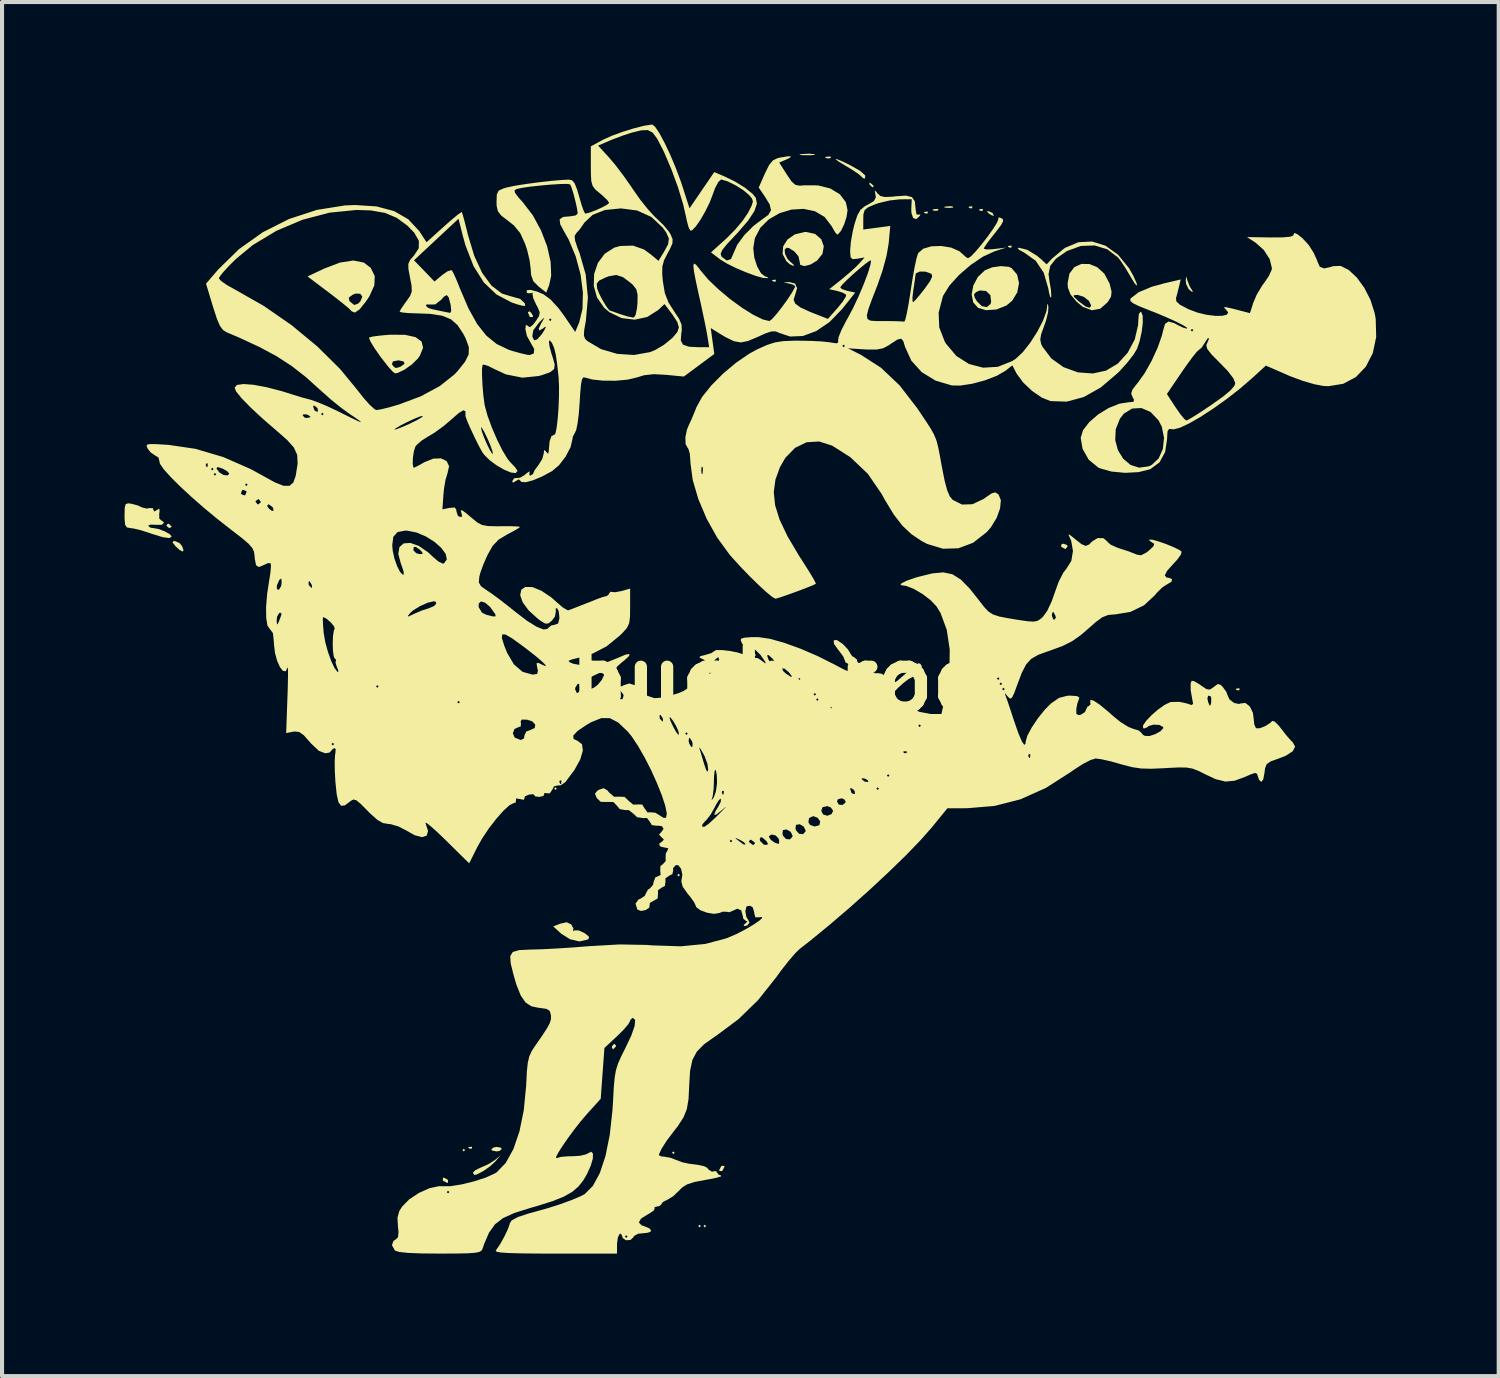
<source format=kicad_pcb>
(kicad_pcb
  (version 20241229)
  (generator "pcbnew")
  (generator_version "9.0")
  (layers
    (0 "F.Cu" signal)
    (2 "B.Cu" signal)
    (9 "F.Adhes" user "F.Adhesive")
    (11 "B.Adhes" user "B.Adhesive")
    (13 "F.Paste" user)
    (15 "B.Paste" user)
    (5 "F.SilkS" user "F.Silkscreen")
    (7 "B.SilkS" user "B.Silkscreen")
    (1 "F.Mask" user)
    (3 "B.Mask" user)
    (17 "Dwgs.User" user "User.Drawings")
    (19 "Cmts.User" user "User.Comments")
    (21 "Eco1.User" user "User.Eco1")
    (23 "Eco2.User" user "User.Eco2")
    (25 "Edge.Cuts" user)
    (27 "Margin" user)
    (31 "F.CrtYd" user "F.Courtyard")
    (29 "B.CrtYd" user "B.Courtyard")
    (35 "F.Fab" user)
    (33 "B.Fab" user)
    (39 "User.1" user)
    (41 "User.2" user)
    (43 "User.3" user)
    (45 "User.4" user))
  (footprint "buckaroo"
    (layer "F.Cu")
    (at 16.035 13.598)
    (property "Reference" "buckaroo" (at 0 0 0) (layer "F.SilkS") (effects (font (size 1.5 1.5) (thickness 0.3))))
    (attr board_only exclude_from_pos_files exclude_from_bom)
    (fp_poly (pts (xy -7.697 11.513) (xy -7.729 11.545) (xy -7.761 11.513) (xy -7.729 11.481)) (stroke (width 0) (type solid)) (fill yes) (layer "F.SilkS"))
    (fp_poly (pts (xy -5.452 2.662) (xy -5.484 2.694) (xy -5.516 2.662) (xy -5.484 2.63)) (stroke (width 0) (type solid)) (fill yes) (layer "F.SilkS"))
    (fp_poly (pts (xy -2.566 11.578) (xy -2.598 11.61) (xy -2.63 11.578) (xy -2.598 11.545)) (stroke (width 0) (type solid)) (fill yes) (layer "F.SilkS"))
    (fp_poly (pts (xy -2.437 4.779) (xy -2.469 4.811) (xy -2.502 4.779) (xy -2.469 4.746)) (stroke (width 0) (type solid)) (fill yes) (layer "F.SilkS"))
    (fp_poly (pts (xy -1.924 13.373) (xy -1.956 13.406) (xy -1.988 13.373) (xy -1.956 13.341)) (stroke (width 0) (type solid)) (fill yes) (layer "F.SilkS"))
    (fp_poly (pts (xy -1.796 13.373) (xy -1.828 13.406) (xy -1.86 13.373) (xy -1.828 13.341)) (stroke (width 0) (type solid)) (fill yes) (layer "F.SilkS"))
    (fp_poly (pts (xy -7.526 11.439) (xy -7.535 11.477) (xy -7.569 11.481) (xy -7.621 11.458) (xy -7.611 11.439) (xy -7.535 11.431)) (stroke (width 0) (type solid)) (fill yes) (layer "F.SilkS"))
    (fp_poly (pts (xy -0.086 -9.792) (xy -0.094 -9.754) (xy -0.128 -9.749) (xy -0.181 -9.773) (xy -0.171 -9.792) (xy -0.095 -9.8)) (stroke (width 0) (type solid)) (fill yes) (layer "F.SilkS"))
    (fp_poly (pts (xy 1.265 -12.803) (xy 1.246 -12.774) (xy 1.181 -12.769) (xy 1.113 -12.785) (xy 1.143 -12.808) (xy 1.243 -12.816)) (stroke (width 0) (type solid)) (fill yes) (layer "F.SilkS"))
    (fp_poly (pts (xy 3.635 -11.46) (xy 3.626 -11.422) (xy 3.592 -11.417) (xy 3.539 -11.441) (xy 3.549 -11.46) (xy 3.625 -11.468)) (stroke (width 0) (type solid)) (fill yes) (layer "F.SilkS"))
    (fp_poly (pts (xy 3.895 -11.52) (xy 3.876 -11.491) (xy 3.811 -11.486) (xy 3.743 -11.502) (xy 3.772 -11.525) (xy 3.873 -11.533)) (stroke (width 0) (type solid)) (fill yes) (layer "F.SilkS"))
    (fp_poly (pts (xy 4.725 -11.588) (xy 4.716 -11.55) (xy 4.682 -11.545) (xy 4.63 -11.569) (xy 4.64 -11.588) (xy 4.716 -11.596)) (stroke (width 0) (type solid)) (fill yes) (layer "F.SilkS"))
    (fp_poly (pts (xy 4.982 -11.524) (xy 4.973 -11.486) (xy 4.939 -11.481) (xy 4.886 -11.505) (xy 4.896 -11.524) (xy 4.972 -11.532)) (stroke (width 0) (type solid)) (fill yes) (layer "F.SilkS"))
    (fp_poly (pts (xy 5.687 -10.626) (xy 5.678 -10.588) (xy 5.644 -10.583) (xy 5.592 -10.607) (xy 5.602 -10.626) (xy 5.678 -10.634)) (stroke (width 0) (type solid)) (fill yes) (layer "F.SilkS"))
    (fp_poly (pts (xy 11.268 0.214) (xy 11.259 0.252) (xy 11.225 0.257) (xy 11.172 0.233) (xy 11.182 0.214) (xy 11.258 0.206)) (stroke (width 0) (type solid)) (fill yes) (layer "F.SilkS"))
    (fp_poly (pts (xy -0.651 -0.68) (xy -0.583 -0.62) (xy -0.577 -0.606) (xy -0.608 -0.579) (xy -0.671 -0.638) (xy -0.68 -0.651) (xy -0.687 -0.695)) (stroke (width 0) (type solid)) (fill yes) (layer "F.SilkS"))
    (fp_poly (pts (xy 2.235 -12.161) (xy 2.303 -12.101) (xy 2.309 -12.087) (xy 2.279 -12.061) (xy 2.215 -12.12) (xy 2.207 -12.133) (xy 2.199 -12.177)) (stroke (width 0) (type solid)) (fill yes) (layer "F.SilkS"))
    (fp_poly (pts (xy 5.214 -11.435) (xy 5.228 -11.417) (xy 5.25 -11.359) (xy 5.189 -11.381) (xy 5.131 -11.417) (xy 5.082 -11.469) (xy 5.111 -11.48)) (stroke (width 0) (type solid)) (fill yes) (layer "F.SilkS"))
    (fp_poly (pts (xy -14.945 -3.816) (xy -14.884 -3.759) (xy -14.881 -3.748) (xy -14.93 -3.721) (xy -14.945 -3.72) (xy -15.007 -3.77) (xy -15.009 -3.788) (xy -14.97 -3.826)) (stroke (width 0) (type solid)) (fill yes) (layer "F.SilkS"))
    (fp_poly (pts (xy -8.127 12.234) (xy -8.114 12.251) (xy -8.117 12.31) (xy -8.138 12.315) (xy -8.229 12.268) (xy -8.242 12.251) (xy -8.239 12.192) (xy -8.218 12.187)) (stroke (width 0) (type solid)) (fill yes) (layer "F.SilkS"))
    (fp_poly (pts (xy -6.823 11.452) (xy -6.799 11.485) (xy -6.853 11.534) (xy -6.927 11.545) (xy -7.032 11.524) (xy -7.056 11.495) (xy -7.002 11.45) (xy -6.927 11.435)) (stroke (width 0) (type solid)) (fill yes) (layer "F.SilkS"))
    (fp_poly (pts (xy -6.082 -8.994) (xy -6.033 -8.912) (xy -6.039 -8.885) (xy -6.106 -8.887) (xy -6.115 -8.894) (xy -6.157 -8.993) (xy -6.158 -9.003) (xy -6.125 -9.027)) (stroke (width 0) (type solid)) (fill yes) (layer "F.SilkS"))
    (fp_poly (pts (xy -3.999 8.955) (xy -4.009 8.98) (xy -4.066 9.041) (xy -4.077 9.044) (xy -4.104 8.994) (xy -4.105 8.98) (xy -4.056 8.918) (xy -4.037 8.916)) (stroke (width 0) (type solid)) (fill yes) (layer "F.SilkS"))
    (fp_poly (pts (xy -1.352 11.901) (xy -1.347 11.923) (xy -1.394 12.013) (xy -1.411 12.027) (xy -1.47 12.024) (xy -1.475 12.002) (xy -1.428 11.911) (xy -1.411 11.898)) (stroke (width 0) (type solid)) (fill yes) (layer "F.SilkS"))
    (fp_poly (pts (xy 0.851 -12.873) (xy 0.877 -12.858) (xy 0.793 -12.849) (xy 0.673 -12.847) (xy 0.528 -12.851) (xy 0.485 -12.863) (xy 0.53 -12.874) (xy 0.72 -12.885)) (stroke (width 0) (type solid)) (fill yes) (layer "F.SilkS"))
    (fp_poly (pts (xy 4.251 -11.588) (xy 4.253 -11.566) (xy 4.152 -11.558) (xy 4.137 -11.558) (xy 4.038 -11.567) (xy 4.047 -11.587) (xy 4.058 -11.59) (xy 4.198 -11.599)) (stroke (width 0) (type solid)) (fill yes) (layer "F.SilkS"))
    (fp_poly (pts (xy 7.043 -3.302) (xy 7.056 -3.271) (xy 7.01 -3.209) (xy 6.995 -3.207) (xy 6.908 -3.254) (xy 6.895 -3.271) (xy 6.91 -3.326) (xy 6.956 -3.335)) (stroke (width 0) (type solid)) (fill yes) (layer "F.SilkS"))
    (fp_poly (pts (xy -14.687 -3.348) (xy -14.624 -3.271) (xy -14.592 -3.173) (xy -14.612 -3.143) (xy -14.693 -3.186) (xy -14.785 -3.271) (xy -14.859 -3.364) (xy -14.844 -3.396) (xy -14.797 -3.399)) (stroke (width 0) (type solid)) (fill yes) (layer "F.SilkS"))
    (fp_poly (pts (xy 9.974 -9.839) (xy 9.988 -9.782) (xy 10.046 -9.634) (xy 10.085 -9.573) (xy 10.127 -9.502) (xy 10.09 -9.509) (xy 10.019 -9.57) (xy 9.958 -9.695) (xy 9.949 -9.778) (xy 9.957 -9.872)) (stroke (width 0) (type solid)) (fill yes) (layer "F.SilkS"))
    (fp_poly (pts (xy -6.959 11.793) (xy -7.087 11.911) (xy -7.25 12.026) (xy -7.401 12.105) (xy -7.469 12.123) (xy -7.504 12.074) (xy -7.505 12.065) (xy -7.45 12.007) (xy -7.318 11.942) (xy -7.3 11.936) (xy -7.113 11.85) (xy -6.964 11.753) (xy -6.831 11.642)) (stroke (width 0) (type solid)) (fill yes) (layer "F.SilkS"))
    (fp_poly (pts (xy 1.537 -12.698) (xy 1.729 -12.605) (xy 1.976 -12.464) (xy 2.099 -12.354) (xy 2.098 -12.275) (xy 2.097 -12.275) (xy 2.042 -12.288) (xy 2.022 -12.312) (xy 1.946 -12.38) (xy 1.795 -12.483) (xy 1.647 -12.572) (xy 1.455 -12.689) (xy 1.375 -12.749) (xy 1.404 -12.753)) (stroke (width 0) (type solid)) (fill yes) (layer "F.SilkS"))
    (fp_poly (pts (xy -5.105 5.983) (xy -5.098 5.989) (xy -5.044 6.084) (xy -5.054 6.128) (xy -5.054 6.149) (xy -5.021 6.133) (xy -4.917 6.133) (xy -4.776 6.197) (xy -4.775 6.198) (xy -4.669 6.28) (xy -4.667 6.335) (xy -4.703 6.36) (xy -4.9 6.403) (xy -5.128 6.35) (xy -5.344 6.213) (xy -5.348 6.209) (xy -5.539 6.035) (xy -5.363 5.968) (xy -5.209 5.934)) (stroke (width 0) (type solid)) (fill yes) (layer "F.SilkS"))
    (fp_poly (pts (xy 0.874 -10.919) (xy 1.022 -10.792) (xy 1.086 -10.619) (xy 1.054 -10.432) (xy 0.921 -10.267) (xy 0.756 -10.169) (xy 0.609 -10.133) (xy 0.511 -10.161) (xy 0.492 -10.253) (xy 0.493 -10.255) (xy 0.466 -10.37) (xy 0.367 -10.49) (xy 0.238 -10.572) (xy 0.178 -10.583) (xy 0.127 -10.538) (xy 0.137 -10.433) (xy 0.195 -10.312) (xy 0.271 -10.234) (xy 0.352 -10.163) (xy 0.345 -10.134) (xy 0.253 -10.178) (xy 0.17 -10.252) (xy 0.077 -10.431) (xy 0.092 -10.618) (xy 0.198 -10.785) (xy 0.378 -10.91) (xy 0.615 -10.967) (xy 0.656 -10.968)) (stroke (width 0) (type solid)) (fill yes) (layer "F.SilkS"))
    (fp_poly (pts (xy -10.176 -10.219) (xy -10.006 -10.087) (xy -9.909 -9.888) (xy -9.919 -9.662) (xy -10.039 -9.395) (xy -10.119 -9.274) (xy -10.277 -9.076) (xy -10.394 -8.994) (xy -10.475 -9.026) (xy -10.483 -9.037) (xy -10.548 -9.101) (xy -10.693 -9.221) (xy -10.868 -9.359) (xy -10.546 -9.359) (xy -10.53 -9.282) (xy -10.515 -9.264) (xy -10.412 -9.18) (xy -10.314 -9.215) (xy -10.26 -9.271) (xy -10.213 -9.385) (xy -10.264 -9.456) (xy -10.382 -9.459) (xy -10.452 -9.43) (xy -10.546 -9.359) (xy -10.868 -9.359) (xy -10.892 -9.378) (xy -11.039 -9.49) (xy -11.555 -9.879) (xy -11.149 -10.071) (xy -10.76 -10.219) (xy -10.434 -10.269)) (stroke (width 0) (type solid)) (fill yes) (layer "F.SilkS"))
    (fp_poly (pts (xy 5.615 -10.115) (xy 5.683 -10.085) (xy 5.82 -9.925) (xy 5.866 -9.716) (xy 5.824 -9.491) (xy 5.7 -9.286) (xy 5.558 -9.167) (xy 5.312 -9.07) (xy 5.059 -9.052) (xy 4.864 -9.11) (xy 4.744 -9.246) (xy 4.707 -9.44) (xy 4.763 -9.44) (xy 4.785 -9.353) (xy 4.836 -9.27) (xy 4.957 -9.151) (xy 5.078 -9.128) (xy 5.166 -9.202) (xy 5.184 -9.256) (xy 5.165 -9.42) (xy 5.061 -9.522) (xy 4.909 -9.537) (xy 4.816 -9.497) (xy 4.763 -9.44) (xy 4.707 -9.44) (xy 4.707 -9.44) (xy 4.748 -9.658) (xy 4.859 -9.867) (xy 5.03 -10.029) (xy 5.209 -10.102) (xy 5.424 -10.132)) (stroke (width 0) (type solid)) (fill yes) (layer "F.SilkS"))
    (fp_poly (pts (xy 7.587 -10.184) (xy 7.783 -10.104) (xy 7.956 -9.946) (xy 8.081 -9.711) (xy 8.091 -9.68) (xy 8.133 -9.502) (xy 8.118 -9.381) (xy 8.039 -9.252) (xy 8.038 -9.25) (xy 7.856 -9.089) (xy 7.649 -9.051) (xy 7.426 -9.136) (xy 7.278 -9.258) (xy 7.143 -9.419) (xy 7.208 -9.419) (xy 7.208 -9.384) (xy 7.299 -9.295) (xy 7.332 -9.266) (xy 7.497 -9.143) (xy 7.6 -9.112) (xy 7.633 -9.168) (xy 7.579 -9.28) (xy 7.452 -9.38) (xy 7.304 -9.427) (xy 7.292 -9.427) (xy 7.208 -9.419) (xy 7.143 -9.419) (xy 7.127 -9.437) (xy 7.063 -9.606) (xy 7.056 -9.711) (xy 7.101 -9.95) (xy 7.221 -10.107) (xy 7.391 -10.185)) (stroke (width 0) (type solid)) (fill yes) (layer "F.SilkS"))
    (fp_poly (pts (xy -9.168 -8.45) (xy -8.912 -8.393) (xy -8.763 -8.286) (xy -8.726 -8.133) (xy -8.805 -7.937) (xy -8.857 -7.865) (xy -8.998 -7.726) (xy -9.175 -7.601) (xy -9.341 -7.519) (xy -9.413 -7.505) (xy -9.474 -7.553) (xy -9.588 -7.681) (xy -9.624 -7.728) (xy -9.488 -7.728) (xy -9.45 -7.676) (xy -9.402 -7.638) (xy -9.337 -7.648) (xy -9.274 -7.672) (xy -9.18 -7.738) (xy -9.202 -7.798) (xy -9.329 -7.825) (xy -9.333 -7.825) (xy -9.465 -7.799) (xy -9.488 -7.728) (xy -9.624 -7.728) (xy -9.732 -7.865) (xy -9.777 -7.925) (xy -9.915 -8.123) (xy -10.011 -8.281) (xy -10.049 -8.373) (xy -10.047 -8.383) (xy -9.968 -8.406) (xy -9.797 -8.429) (xy -9.566 -8.45) (xy -9.528 -8.452)) (stroke (width 0) (type solid)) (fill yes) (layer "F.SilkS"))
    (fp_poly (pts (xy -15.859 -4.312) (xy -15.702 -4.269) (xy -15.611 -4.224) (xy -15.494 -4.195) (xy -15.434 -4.207) (xy -15.346 -4.206) (xy -15.33 -4.168) (xy -15.307 -4.122) (xy -15.242 -4.162) (xy -15.183 -4.193) (xy -15.177 -4.125) (xy -15.186 -4.074) (xy -15.185 -3.95) (xy -15.145 -3.913) (xy -15.077 -3.863) (xy -15.073 -3.841) (xy -15.129 -3.797) (xy -15.266 -3.798) (xy -15.4 -3.803) (xy -15.458 -3.775) (xy -15.458 -3.773) (xy -15.405 -3.729) (xy -15.343 -3.72) (xy -15.207 -3.696) (xy -15.051 -3.637) (xy -14.927 -3.567) (xy -14.881 -3.512) (xy -14.936 -3.473) (xy -15.099 -3.495) (xy -15.363 -3.575) (xy -15.426 -3.598) (xy -15.638 -3.666) (xy -15.822 -3.709) (xy -15.891 -3.717) (xy -15.978 -3.733) (xy -16.021 -3.797) (xy -16.035 -3.942) (xy -16.035 -4.032) (xy -16.031 -4.218) (xy -16.007 -4.305) (xy -15.943 -4.324)) (stroke (width 0) (type solid)) (fill yes) (layer "F.SilkS"))
    (fp_poly (pts (xy 7.985 -10.631) (xy 8.292 -10.41) (xy 8.559 -10.082) (xy 8.665 -9.894) (xy 8.742 -9.721) (xy 8.753 -9.685) (xy 8.747 -9.652) (xy 8.693 -9.718) (xy 8.601 -9.868) (xy 8.598 -9.874) (xy 8.474 -10.082) (xy 8.356 -10.259) (xy 8.289 -10.345) (xy 8.029 -10.543) (xy 7.717 -10.638) (xy 7.38 -10.626) (xy 7.047 -10.504) (xy 7.022 -10.49) (xy 6.771 -10.315) (xy 6.631 -10.139) (xy 6.589 -9.936) (xy 6.614 -9.748) (xy 6.648 -9.555) (xy 6.657 -9.402) (xy 6.654 -9.37) (xy 6.633 -9.368) (xy 6.604 -9.469) (xy 6.582 -9.589) (xy 6.472 -9.969) (xy 6.275 -10.263) (xy 5.997 -10.461) (xy 5.869 -10.531) (xy 5.833 -10.575) (xy 5.857 -10.582) (xy 6.065 -10.532) (xy 6.302 -10.388) (xy 6.399 -10.307) (xy 6.543 -10.175) (xy 6.674 -10.316) (xy 6.989 -10.578) (xy 7.321 -10.717) (xy 7.657 -10.734)) (stroke (width 0) (type solid)) (fill yes) (layer "F.SilkS"))
    (fp_poly (pts (xy 12.685 -10.912) (xy 12.802 -10.819) (xy 12.93 -10.683) (xy 12.969 -10.635) (xy 13.084 -10.452) (xy 13.164 -10.274) (xy 13.172 -10.247) (xy 13.232 -10.115) (xy 13.34 -10.075) (xy 13.522 -10.118) (xy 13.557 -10.131) (xy 13.74 -10.137) (xy 13.939 -10.038) (xy 14.137 -9.853) (xy 14.32 -9.603) (xy 14.471 -9.307) (xy 14.574 -8.984) (xy 14.6 -8.84) (xy 14.612 -8.395) (xy 14.528 -8) (xy 14.358 -7.669) (xy 14.114 -7.415) (xy 13.805 -7.251) (xy 13.443 -7.192) (xy 13.321 -7.197) (xy 13.099 -7.239) (xy 12.813 -7.323) (xy 12.513 -7.434) (xy 12.449 -7.461) (xy 11.91 -7.696) (xy 11.578 -7.392) (xy 11.28 -7.135) (xy 10.958 -6.883) (xy 10.63 -6.649) (xy 10.316 -6.444) (xy 10.036 -6.282) (xy 9.808 -6.175) (xy 9.653 -6.135) (xy 9.624 -6.138) (xy 9.541 -6.145) (xy 9.503 -6.088) (xy 9.493 -5.938) (xy 9.493 -5.905) (xy 9.444 -5.58) (xy 9.306 -5.327) (xy 9.086 -5.164) (xy 9.074 -5.158) (xy 8.796 -5.088) (xy 8.463 -5.07) (xy 8.128 -5.102) (xy 7.848 -5.181) (xy 7.804 -5.202) (xy 7.572 -5.393) (xy 7.422 -5.659) (xy 7.386 -5.872) (xy 8.222 -5.872) (xy 8.288 -5.625) (xy 8.417 -5.416) (xy 8.594 -5.266) (xy 8.806 -5.197) (xy 9.037 -5.228) (xy 9.112 -5.261) (xy 9.285 -5.422) (xy 9.389 -5.656) (xy 9.417 -5.927) (xy 9.363 -6.199) (xy 9.282 -6.356) (xy 9.087 -6.56) (xy 8.864 -6.657) (xy 8.638 -6.645) (xy 8.436 -6.523) (xy 8.337 -6.396) (xy 8.234 -6.136) (xy 8.222 -5.872) (xy 7.386 -5.872) (xy 7.376 -5.926) (xy 7.433 -6.113) (xy 7.586 -6.312) (xy 7.805 -6.501) (xy 8.063 -6.659) (xy 8.33 -6.765) (xy 8.547 -6.798) (xy 8.668 -6.809) (xy 8.682 -6.858) (xy 8.648 -6.921) (xy 8.618 -7) (xy 9.487 -7) (xy 9.698 -6.676) (xy 9.819 -6.504) (xy 9.917 -6.386) (xy 9.963 -6.351) (xy 10.035 -6.385) (xy 10.188 -6.477) (xy 10.397 -6.613) (xy 10.588 -6.742) (xy 10.87 -6.943) (xy 11.05 -7.094) (xy 11.142 -7.206) (xy 11.161 -7.269) (xy 11.112 -7.388) (xy 10.978 -7.563) (xy 10.782 -7.765) (xy 10.582 -7.967) (xy 10.475 -8.105) (xy 10.452 -8.195) (xy 10.46 -8.216) (xy 10.51 -8.332) (xy 10.516 -8.37) (xy 10.489 -8.367) (xy 10.427 -8.274) (xy 10.418 -8.258) (xy 10.337 -8.135) (xy 10.273 -8.082) (xy 10.272 -8.082) (xy 10.217 -8.032) (xy 10.109 -7.898) (xy 9.965 -7.701) (xy 9.854 -7.541) (xy 9.487 -7) (xy 8.618 -7) (xy 8.613 -7.012) (xy 8.644 -7.11) (xy 8.754 -7.252) (xy 8.771 -7.271) (xy 8.939 -7.504) (xy 9.111 -7.809) (xy 9.261 -8.136) (xy 9.366 -8.435) (xy 9.392 -8.547) (xy 9.397 -8.563) (xy 10.07 -8.563) (xy 10.102 -8.531) (xy 10.134 -8.563) (xy 10.102 -8.595) (xy 10.07 -8.563) (xy 9.397 -8.563) (xy 9.441 -8.717) (xy 9.525 -8.776) (xy 9.668 -8.735) (xy 9.749 -8.691) (xy 9.888 -8.624) (xy 9.974 -8.6) (xy 9.981 -8.622) (xy 9.889 -8.682) (xy 9.717 -8.77) (xy 9.486 -8.875) (xy 9.216 -8.989) (xy 9.059 -9.05) (xy 8.805 -9.152) (xy 8.655 -9.225) (xy 8.591 -9.282) (xy 8.596 -9.333) (xy 8.606 -9.346) (xy 8.8 -9.495) (xy 9.118 -9.627) (xy 9.431 -9.713) (xy 9.825 -9.805) (xy 9.784 -9.633) (xy 9.741 -9.459) (xy 9.71 -9.348) (xy 9.719 -9.267) (xy 9.809 -9.185) (xy 10.002 -9.083) (xy 10.018 -9.076) (xy 10.235 -8.994) (xy 10.459 -8.94) (xy 10.669 -8.914) (xy 10.842 -8.915) (xy 10.956 -8.944) (xy 10.988 -9.001) (xy 10.919 -9.083) (xy 10.882 -9.123) (xy 10.936 -9.126) (xy 11.096 -9.09) (xy 11.161 -9.074) (xy 11.352 -9.024) (xy 11.483 -8.99) (xy 11.519 -8.981) (xy 11.539 -9.035) (xy 11.582 -9.171) (xy 11.599 -9.227) (xy 11.688 -9.436) (xy 11.821 -9.657) (xy 11.866 -9.717) (xy 11.981 -9.886) (xy 12.05 -10.035) (xy 12.059 -10.082) (xy 12.004 -10.304) (xy 11.859 -10.528) (xy 11.66 -10.705) (xy 11.449 -10.843) (xy 12.027 -10.834) (xy 12.326 -10.836) (xy 12.509 -10.852) (xy 12.584 -10.883) (xy 12.587 -10.9) (xy 12.605 -10.945)) (stroke (width 0) (type solid)) (fill yes) (layer "F.SilkS"))
    (fp_poly (pts (xy -3.042 -13.541) (xy -2.939 -13.386) (xy -2.815 -13.156) (xy -2.68 -12.872) (xy -2.547 -12.557) (xy -2.425 -12.235) (xy -2.375 -12.085) (xy -2.202 -11.547) (xy -1.899 -11.991) (xy -1.596 -12.434) (xy -1.368 -12.338) (xy -1.092 -12.205) (xy -0.844 -12.052) (xy -0.658 -11.902) (xy -0.578 -11.804) (xy -0.552 -11.661) (xy -0.613 -11.479) (xy -0.766 -11.247) (xy -1.017 -10.955) (xy -1.109 -10.858) (xy -1.295 -10.658) (xy -1.401 -10.524) (xy -1.439 -10.436) (xy -1.421 -10.372) (xy -1.412 -10.36) (xy -1.29 -10.27) (xy -1.188 -10.303) (xy -1.125 -10.444) (xy -1.033 -10.656) (xy -0.858 -10.893) (xy -0.634 -11.118) (xy -0.441 -11.262) (xy -0.272 -11.386) (xy -0.206 -11.5) (xy -0.238 -11.64) (xy -0.35 -11.824) (xy -0.507 -12.056) (xy -0.355 -12.401) (xy -0.254 -12.605) (xy -0.161 -12.719) (xy -0.047 -12.775) (xy 0.003 -12.787) (xy 0.202 -12.82) (xy 0.286 -12.819) (xy 0.252 -12.783) (xy 0.174 -12.745) (xy -0.005 -12.668) (xy 0.181 -12.375) (xy 0.296 -12.206) (xy 0.387 -12.123) (xy 0.493 -12.101) (xy 0.601 -12.11) (xy 0.945 -12.109) (xy 1.245 -12.033) (xy 1.479 -11.891) (xy 1.626 -11.697) (xy 1.668 -11.502) (xy 1.644 -11.339) (xy 1.586 -11.158) (xy 1.511 -11.002) (xy 1.437 -10.913) (xy 1.413 -10.905) (xy 1.365 -10.958) (xy 1.292 -11.085) (xy 1.28 -11.108) (xy 1.106 -11.336) (xy 0.868 -11.476) (xy 0.59 -11.534) (xy 0.294 -11.516) (xy 0.004 -11.429) (xy -0.257 -11.279) (xy -0.467 -11.073) (xy -0.602 -10.817) (xy -0.641 -10.568) (xy -0.615 -10.339) (xy -0.546 -10.123) (xy -0.451 -9.956) (xy -0.347 -9.875) (xy -0.329 -9.873) (xy -0.274 -9.855) (xy -0.296 -9.838) (xy -0.401 -9.843) (xy -0.586 -9.895) (xy -0.817 -9.98) (xy -1.061 -10.083) (xy -1.283 -10.193) (xy -1.449 -10.295) (xy -1.459 -10.303) (xy -1.676 -10.468) (xy -1.298 -10.809) (xy -1.091 -11.017) (xy -0.902 -11.241) (xy -0.772 -11.433) (xy -0.768 -11.44) (xy -0.68 -11.612) (xy -0.649 -11.715) (xy -0.674 -11.79) (xy -0.74 -11.869) (xy -0.882 -11.99) (xy -1.075 -12.112) (xy -1.27 -12.208) (xy -1.419 -12.251) (xy -1.429 -12.251) (xy -1.496 -12.194) (xy -1.574 -12.046) (xy -1.624 -11.91) (xy -1.706 -11.695) (xy -1.816 -11.471) (xy -1.936 -11.263) (xy -2.05 -11.1) (xy -2.141 -11.008) (xy -2.181 -11.001) (xy -2.223 -11.079) (xy -2.266 -11.236) (xy -2.28 -11.305) (xy -2.359 -11.651) (xy -2.485 -12.064) (xy -2.643 -12.496) (xy -2.817 -12.904) (xy -2.865 -13.005) (xy -2.995 -13.253) (xy -3.103 -13.4) (xy -3.223 -13.463) (xy -3.383 -13.457) (xy -3.613 -13.401) (xy -3.829 -13.331) (xy -4.074 -13.239) (xy -4.149 -13.208) (xy -4.44 -13.083) (xy -4.175 -12.795) (xy -4.013 -12.603) (xy -3.82 -12.348) (xy -3.631 -12.08) (xy -3.588 -12.015) (xy -3.41 -11.761) (xy -3.22 -11.523) (xy -3.052 -11.34) (xy -3.011 -11.303) (xy -2.842 -11.14) (xy -2.706 -10.975) (xy -2.665 -10.909) (xy -2.617 -10.794) (xy -2.62 -10.689) (xy -2.682 -10.548) (xy -2.736 -10.451) (xy -2.825 -10.275) (xy -2.867 -10.123) (xy -2.87 -9.938) (xy -2.854 -9.757) (xy -2.806 -9.47) (xy -2.716 -9.241) (xy -2.585 -9.035) (xy -2.457 -8.842) (xy -2.397 -8.701) (xy -2.391 -8.565) (xy -2.403 -8.488) (xy -2.416 -8.313) (xy -2.362 -8.208) (xy -2.218 -8.159) (xy -1.999 -8.147) (xy -1.721 -8.146) (xy -1.764 -8.419) (xy -1.796 -8.597) (xy -1.85 -8.859) (xy -1.915 -9.166) (xy -1.962 -9.376) (xy -2.042 -9.742) (xy -2.091 -9.993) (xy -2.108 -10.141) (xy -2.093 -10.196) (xy -2.044 -10.168) (xy -1.962 -10.068) (xy -1.933 -10.028) (xy -1.742 -9.802) (xy -1.492 -9.563) (xy -1.21 -9.327) (xy -0.918 -9.114) (xy -0.642 -8.941) (xy -0.407 -8.826) (xy -0.245 -8.787) (xy -0.18 -8.836) (xy -0.068 -8.962) (xy 0.066 -9.134) (xy 0.201 -9.32) (xy 0.312 -9.49) (xy 0.377 -9.611) (xy 0.385 -9.643) (xy 0.331 -9.679) (xy 0.241 -9.704) (xy 0.096 -9.732) (xy 0.243 -9.741) (xy 0.382 -9.705) (xy 0.432 -9.592) (xy 0.384 -9.426) (xy 0.347 -9.312) (xy 0.385 -9.216) (xy 0.511 -9.122) (xy 0.742 -9.015) (xy 0.834 -8.978) (xy 1.187 -8.84) (xy 1.426 -9.11) (xy 1.552 -9.265) (xy 1.625 -9.385) (xy 1.634 -9.431) (xy 1.554 -9.481) (xy 1.411 -9.525) (xy 1.22 -9.567) (xy 1.524 -9.809) (xy 1.713 -9.968) (xy 1.879 -10.119) (xy 1.956 -10.199) (xy 2.085 -10.345) (xy 1.908 -10.313) (xy 1.794 -10.302) (xy 1.744 -10.346) (xy 1.732 -10.478) (xy 1.732 -10.529) (xy 1.75 -10.732) (xy 1.796 -10.988) (xy 1.836 -11.154) (xy 1.908 -11.376) (xy 1.985 -11.511) (xy 2.094 -11.6) (xy 2.164 -11.636) (xy 2.311 -11.723) (xy 2.36 -11.811) (xy 2.351 -11.884) (xy 2.332 -11.981) (xy 2.362 -11.962) (xy 2.401 -11.913) (xy 2.471 -11.849) (xy 2.579 -11.824) (xy 2.761 -11.832) (xy 2.853 -11.842) (xy 3.098 -11.858) (xy 3.244 -11.822) (xy 3.315 -11.72) (xy 3.334 -11.535) (xy 3.334 -11.526) (xy 3.355 -11.4) (xy 3.409 -11.391) (xy 3.453 -11.399) (xy 3.438 -11.363) (xy 3.349 -11.281) (xy 3.273 -11.311) (xy 3.231 -11.437) (xy 3.228 -11.529) (xy 3.239 -11.77) (xy 2.945 -11.767) (xy 2.696 -11.739) (xy 2.428 -11.675) (xy 2.351 -11.649) (xy 2.173 -11.574) (xy 2.085 -11.502) (xy 2.055 -11.394) (xy 2.053 -11.281) (xy 2.053 -11.028) (xy 2.383 -11.072) (xy 2.714 -11.116) (xy 2.675 -10.693) (xy 2.624 -10.392) (xy 2.526 -10.029) (xy 2.403 -9.673) (xy 2.269 -9.329) (xy 2.181 -9.087) (xy 2.141 -8.931) (xy 2.154 -8.84) (xy 2.222 -8.798) (xy 2.349 -8.787) (xy 2.538 -8.787) (xy 2.558 -8.787) (xy 2.789 -8.785) (xy 2.968 -8.78) (xy 3.056 -8.772) (xy 3.058 -8.771) (xy 3.083 -8.825) (xy 3.12 -8.981) (xy 3.164 -9.218) (xy 3.188 -9.366) (xy 3.257 -9.366) (xy 3.26 -9.264) (xy 3.274 -9.25) (xy 3.335 -9.307) (xy 3.446 -9.438) (xy 3.559 -9.582) (xy 3.689 -9.765) (xy 3.74 -9.878) (xy 3.723 -9.94) (xy 3.71 -9.949) (xy 3.576 -9.997) (xy 3.436 -9.999) (xy 3.344 -9.956) (xy 3.332 -9.926) (xy 3.319 -9.818) (xy 3.293 -9.637) (xy 3.277 -9.539) (xy 3.257 -9.366) (xy 3.188 -9.366) (xy 3.211 -9.511) (xy 3.214 -9.537) (xy 3.264 -9.851) (xy 3.314 -10.128) (xy 3.36 -10.337) (xy 3.396 -10.449) (xy 3.521 -10.558) (xy 3.723 -10.617) (xy 3.965 -10.625) (xy 4.206 -10.585) (xy 4.407 -10.496) (xy 4.49 -10.423) (xy 4.581 -10.342) (xy 4.623 -10.327) (xy 4.694 -10.374) (xy 4.811 -10.498) (xy 4.955 -10.67) (xy 5.103 -10.862) (xy 5.234 -11.046) (xy 5.327 -11.195) (xy 5.36 -11.28) (xy 5.358 -11.286) (xy 5.365 -11.325) (xy 5.416 -11.314) (xy 5.471 -11.281) (xy 5.476 -11.228) (xy 5.422 -11.131) (xy 5.3 -10.97) (xy 5.216 -10.865) (xy 5.096 -10.71) (xy 5.019 -10.595) (xy 5.003 -10.56) (xy 5.06 -10.541) (xy 5.202 -10.544) (xy 5.276 -10.552) (xy 5.548 -10.585) (xy 5.259 -10.491) (xy 4.977 -10.36) (xy 4.678 -10.157) (xy 4.396 -9.913) (xy 4.163 -9.656) (xy 4.012 -9.414) (xy 4 -9.385) (xy 3.898 -8.991) (xy 3.913 -8.632) (xy 4.046 -8.288) (xy 4.079 -8.232) (xy 4.332 -7.932) (xy 4.642 -7.735) (xy 4.987 -7.645) (xy 5.346 -7.666) (xy 5.696 -7.805) (xy 5.786 -7.863) (xy 5.957 -8.022) (xy 6.14 -8.255) (xy 6.313 -8.525) (xy 6.453 -8.794) (xy 6.537 -9.025) (xy 6.55 -9.108) (xy 6.56 -9.209) (xy 6.575 -9.188) (xy 6.586 -9.134) (xy 6.578 -9.001) (xy 6.529 -8.804) (xy 6.481 -8.667) (xy 6.408 -8.464) (xy 6.386 -8.332) (xy 6.409 -8.223) (xy 6.44 -8.159) (xy 6.658 -7.871) (xy 6.957 -7.657) (xy 7.306 -7.531) (xy 7.673 -7.503) (xy 7.997 -7.573) (xy 8.286 -7.745) (xy 8.527 -8.011) (xy 8.7 -8.336) (xy 8.782 -8.688) (xy 8.786 -8.775) (xy 8.8 -8.956) (xy 8.841 -9.014) (xy 8.859 -9.007) (xy 8.894 -8.919) (xy 8.897 -8.746) (xy 8.87 -8.524) (xy 8.819 -8.292) (xy 8.757 -8.109) (xy 8.67 -7.965) (xy 8.519 -7.77) (xy 8.332 -7.563) (xy 8.291 -7.521) (xy 7.869 -7.161) (xy 7.449 -6.925) (xy 7.034 -6.814) (xy 6.638 -6.827) (xy 6.423 -6.913) (xy 6.186 -7.076) (xy 5.967 -7.283) (xy 5.807 -7.501) (xy 5.798 -7.518) (xy 5.703 -7.702) (xy 5.535 -7.57) (xy 5.322 -7.446) (xy 5.034 -7.336) (xy 4.718 -7.251) (xy 4.425 -7.207) (xy 4.223 -7.21) (xy 3.822 -7.328) (xy 3.484 -7.536) (xy 3.229 -7.817) (xy 3.077 -8.151) (xy 3.033 -8.295) (xy 2.982 -8.356) (xy 2.894 -8.336) (xy 2.74 -8.238) (xy 2.674 -8.192) (xy 2.539 -8.12) (xy 2.376 -8.089) (xy 2.141 -8.09) (xy 2.086 -8.093) (xy 1.679 -8.119) (xy 2.002 -7.956) (xy 2.488 -7.643) (xy 2.945 -7.209) (xy 3.375 -6.651) (xy 3.383 -6.639) (xy 3.568 -6.364) (xy 3.697 -6.166) (xy 3.784 -6.011) (xy 3.843 -5.868) (xy 3.886 -5.704) (xy 3.929 -5.487) (xy 3.978 -5.215) (xy 4.045 -4.877) (xy 4.107 -4.645) (xy 4.17 -4.496) (xy 4.24 -4.41) (xy 4.47 -4.294) (xy 4.727 -4.302) (xy 5.002 -4.432) (xy 5.057 -4.472) (xy 5.2 -4.57) (xy 5.287 -4.591) (xy 5.36 -4.545) (xy 5.365 -4.54) (xy 5.422 -4.4) (xy 5.402 -4.198) (xy 5.318 -3.966) (xy 5.178 -3.737) (xy 5.077 -3.62) (xy 4.743 -3.359) (xy 4.383 -3.223) (xy 4.006 -3.212) (xy 3.619 -3.329) (xy 3.486 -3.398) (xy 3.233 -3.567) (xy 3.011 -3.776) (xy 2.801 -4.048) (xy 2.581 -4.409) (xy 2.5 -4.557) (xy 2.164 -5.047) (xy 1.733 -5.456) (xy 1.292 -5.736) (xy 0.973 -5.838) (xy 0.665 -5.819) (xy 0.384 -5.683) (xy 0.145 -5.438) (xy 0.013 -5.21) (xy -0.098 -4.905) (xy -0.139 -4.6) (xy -0.106 -4.278) (xy 0.005 -3.922) (xy 0.198 -3.516) (xy 0.478 -3.043) (xy 0.59 -2.869) (xy 0.729 -2.65) (xy 0.833 -2.477) (xy 0.887 -2.371) (xy 0.891 -2.352) (xy 0.81 -2.314) (xy 0.647 -2.249) (xy 0.439 -2.17) (xy 0.224 -2.092) (xy 0.039 -2.028) (xy -0.079 -1.992) (xy -0.099 -1.988) (xy -0.178 -2.033) (xy -0.323 -2.152) (xy -0.514 -2.328) (xy -0.73 -2.54) (xy -0.951 -2.769) (xy -1.156 -2.994) (xy -1.229 -3.079) (xy -1.525 -3.485) (xy -1.782 -3.946) (xy -1.986 -4.428) (xy -2.124 -4.898) (xy -2.155 -5.131) (xy -1.914 -5.131) (xy -1.904 -5.04) (xy -1.882 -5.051) (xy -1.873 -5.182) (xy -1.882 -5.211) (xy -1.905 -5.22) (xy -1.914 -5.131) (xy -2.155 -5.131) (xy -2.18 -5.321) (xy -2.181 -5.365) (xy -2.195 -5.542) (xy -2.23 -5.659) (xy -2.245 -5.677) (xy -2.298 -5.775) (xy -2.303 -5.944) (xy -2.263 -6.133) (xy -2.226 -6.222) (xy -2.153 -6.38) (xy -2.065 -6.592) (xy -2.032 -6.678) (xy -1.894 -6.928) (xy -1.668 -7.21) (xy -1.381 -7.499) (xy -1.06 -7.768) (xy -0.732 -7.992) (xy -0.536 -8.098) (xy -0.356 -8.178) (xy 1.539 -8.178) (xy 1.571 -8.146) (xy 1.604 -8.178) (xy 1.571 -8.21) (xy 1.539 -8.178) (xy -0.356 -8.178) (xy -0.303 -8.201) (xy -0.111 -8.264) (xy 0.09 -8.295) (xy 0.35 -8.306) (xy 0.481 -8.306) (xy 0.768 -8.301) (xy 1.029 -8.288) (xy 1.222 -8.268) (xy 1.264 -8.26) (xy 1.402 -8.24) (xy 1.443 -8.269) (xy 1.435 -8.304) (xy 1.45 -8.398) (xy 1.519 -8.569) (xy 1.629 -8.784) (xy 1.668 -8.852) (xy 1.8 -9.099) (xy 1.935 -9.385) (xy 2.06 -9.679) (xy 2.162 -9.949) (xy 2.227 -10.162) (xy 2.245 -10.271) (xy 2.203 -10.259) (xy 2.095 -10.181) (xy 1.948 -10.06) (xy 1.787 -9.919) (xy 1.638 -9.78) (xy 1.529 -9.667) (xy 1.488 -9.611) (xy 1.529 -9.57) (xy 1.654 -9.528) (xy 1.662 -9.526) (xy 1.856 -9.484) (xy 1.53 -9.076) (xy 1.226 -8.762) (xy 0.902 -8.542) (xy 0.575 -8.421) (xy 0.261 -8.408) (xy 0.005 -8.493) (xy -0.093 -8.534) (xy -0.196 -8.533) (xy -0.343 -8.484) (xy -0.531 -8.399) (xy -0.764 -8.3) (xy -0.944 -8.263) (xy -1.116 -8.294) (xy -1.323 -8.395) (xy -1.466 -8.481) (xy -1.682 -8.615) (xy -1.639 -8.298) (xy -1.595 -7.981) (xy -1.968 -7.704) (xy -2.341 -7.428) (xy -2.777 -7.47) (xy -3.077 -7.486) (xy -3.31 -7.461) (xy -3.495 -7.405) (xy -3.719 -7.352) (xy -4.008 -7.326) (xy -4.313 -7.327) (xy -4.585 -7.356) (xy -4.753 -7.402) (xy -4.801 -7.407) (xy -4.834 -7.361) (xy -4.858 -7.243) (xy -4.877 -7.033) (xy -4.892 -6.795) (xy -4.913 -6.514) (xy -4.943 -6.279) (xy -4.976 -6.121) (xy -4.997 -6.073) (xy -5.061 -5.95) (xy -5.067 -5.9) (xy -5.114 -5.699) (xy -5.234 -5.469) (xy -5.398 -5.256) (xy -5.566 -5.114) (xy -5.808 -4.982) (xy -6.033 -4.888) (xy -6.212 -4.841) (xy -6.32 -4.848) (xy -6.337 -4.869) (xy -6.382 -4.912) (xy -6.452 -4.87) (xy -6.527 -4.829) (xy -6.542 -4.867) (xy -6.498 -4.935) (xy -6.478 -4.939) (xy -6.353 -4.95) (xy -6.254 -5.006) (xy -6.195 -5.056) (xy -6.121 -5.108) (xy -6.118 -5.083) (xy -6.124 -5.013) (xy -6.097 -5.003) (xy -6.032 -5.043) (xy -6.029 -5.057) (xy -5.991 -5.14) (xy -5.901 -5.26) (xy -5.807 -5.41) (xy -5.772 -5.542) (xy -5.761 -5.63) (xy -5.722 -5.6) (xy -5.709 -5.58) (xy -5.664 -5.536) (xy -5.647 -5.603) (xy -5.645 -5.655) (xy -5.627 -5.845) (xy -5.582 -5.97) (xy -5.521 -6) (xy -5.515 -5.997) (xy -5.484 -6.037) (xy -5.455 -6.178) (xy -5.43 -6.391) (xy -5.41 -6.648) (xy -5.399 -6.921) (xy -5.397 -7.183) (xy -5.407 -7.406) (xy -5.409 -7.425) (xy -5.445 -7.751) (xy -5.479 -7.977) (xy -5.518 -8.131) (xy -5.566 -8.242) (xy -5.572 -8.253) (xy -5.626 -8.319) (xy -5.644 -8.282) (xy -5.629 -8.163) (xy -5.58 -7.982) (xy -5.553 -7.902) (xy -5.503 -7.726) (xy -5.517 -7.612) (xy -5.615 -7.533) (xy -5.815 -7.463) (xy -5.892 -7.442) (xy -6.292 -7.4) (xy -6.698 -7.481) (xy -6.971 -7.607) (xy -7.132 -7.688) (xy -7.243 -7.721) (xy -7.269 -7.713) (xy -7.282 -7.623) (xy -7.282 -7.444) (xy -7.271 -7.217) (xy -7.251 -6.98) (xy -7.225 -6.773) (xy -7.213 -6.708) (xy -7.146 -6.465) (xy -7.041 -6.178) (xy -6.914 -5.883) (xy -6.781 -5.616) (xy -6.658 -5.413) (xy -6.591 -5.331) (xy -6.476 -5.211) (xy -6.417 -5.126) (xy -6.414 -5.115) (xy -6.459 -5.064) (xy -6.577 -5.079) (xy -6.74 -5.147) (xy -6.921 -5.251) (xy -7.094 -5.379) (xy -7.232 -5.515) (xy -7.282 -5.586) (xy -7.375 -5.759) (xy -7.477 -5.967) (xy -7.574 -6.175) (xy -7.577 -6.182) (xy -7.308 -6.182) (xy -7.288 -6.088) (xy -7.233 -5.938) (xy -7.161 -5.771) (xy -7.089 -5.625) (xy -7.034 -5.54) (xy -7.017 -5.533) (xy -7.027 -5.601) (xy -7.08 -5.75) (xy -7.147 -5.907) (xy -7.23 -6.077) (xy -7.288 -6.175) (xy -7.308 -6.182) (xy -7.577 -6.182) (xy -7.649 -6.349) (xy -7.686 -6.454) (xy -7.688 -6.467) (xy -7.689 -6.581) (xy -7.742 -6.602) (xy -7.859 -6.529) (xy -8.009 -6.397) (xy -8.219 -6.218) (xy -8.441 -6.056) (xy -8.584 -5.971) (xy -8.759 -5.862) (xy -8.887 -5.749) (xy -8.914 -5.713) (xy -8.952 -5.594) (xy -8.975 -5.436) (xy -8.98 -5.29) (xy -8.963 -5.203) (xy -8.951 -5.195) (xy -8.883 -5.225) (xy -8.748 -5.299) (xy -8.697 -5.329) (xy -8.477 -5.418) (xy -8.287 -5.425) (xy -8.15 -5.359) (xy -8.089 -5.233) (xy -8.128 -5.058) (xy -8.129 -5.055) (xy -8.174 -4.908) (xy -8.212 -4.691) (xy -8.227 -4.542) (xy -8.252 -4.177) (xy -8.077 -4.212) (xy -7.95 -4.221) (xy -7.911 -4.167) (xy -7.911 -4.135) (xy -7.876 -4.023) (xy -7.831 -3.991) (xy -7.769 -3.998) (xy -7.781 -4.064) (xy -7.803 -4.146) (xy -7.772 -4.155) (xy -7.673 -4.084) (xy -7.53 -3.963) (xy -7.399 -3.855) (xy -7.283 -3.794) (xy -7.138 -3.767) (xy -6.923 -3.762) (xy -6.822 -3.763) (xy -6.595 -3.764) (xy -6.427 -3.758) (xy -6.352 -3.748) (xy -6.35 -3.746) (xy -6.402 -3.707) (xy -6.536 -3.63) (xy -6.665 -3.563) (xy -6.876 -3.435) (xy -7.022 -3.282) (xy -7.145 -3.064) (xy -7.245 -2.84) (xy -7.322 -2.629) (xy -7.349 -2.527) (xy -7.361 -2.388) (xy -7.307 -2.293) (xy -7.174 -2.2) (xy -7.028 -2.101) (xy -6.819 -1.946) (xy -6.585 -1.762) (xy -6.486 -1.682) (xy -6.186 -1.451) (xy -5.943 -1.3) (xy -5.769 -1.233) (xy -5.67 -1.254) (xy -5.657 -1.278) (xy -5.582 -1.336) (xy -5.511 -1.347) (xy -5.419 -1.381) (xy -5.389 -1.501) (xy -5.388 -1.536) (xy -5.406 -1.682) (xy -5.446 -1.76) (xy -5.481 -1.742) (xy -5.474 -1.681) (xy -5.496 -1.553) (xy -5.572 -1.45) (xy -5.658 -1.383) (xy -5.733 -1.378) (xy -5.842 -1.443) (xy -5.924 -1.505) (xy -6.142 -1.703) (xy -6.286 -1.899) (xy -6.348 -2.074) (xy -6.321 -2.209) (xy -6.223 -2.276) (xy -6.05 -2.273) (xy -5.828 -2.183) (xy -5.588 -2.022) (xy -5.448 -1.898) (xy -5.308 -1.776) (xy -5.197 -1.71) (xy -5.165 -1.705) (xy -5.063 -1.744) (xy -4.908 -1.804) (xy -4.907 -1.805) (xy -4.764 -1.861) (xy -4.684 -1.892) (xy -4.682 -1.892) (xy -4.606 -1.922) (xy -4.47 -1.978) (xy -4.322 -2.031) (xy -4.229 -2.053) (xy -4.171 -2.102) (xy -4.169 -2.12) (xy -4.132 -2.162) (xy -4.114 -2.154) (xy -4.02 -2.147) (xy -3.866 -2.176) (xy -3.858 -2.178) (xy -3.656 -2.236) (xy -3.656 -1.782) (xy -3.659 -1.541) (xy -3.68 -1.386) (xy -3.734 -1.272) (xy -3.837 -1.156) (xy -3.915 -1.081) (xy -4.232 -0.822) (xy -4.566 -0.648) (xy -4.907 -0.545) (xy -5.09 -0.499) (xy -5.164 -0.467) (xy -5.141 -0.436) (xy -5.057 -0.398) (xy -4.818 -0.353) (xy -4.514 -0.37) (xy -4.192 -0.444) (xy -3.961 -0.537) (xy -3.766 -0.62) (xy -3.672 -0.634) (xy -3.682 -0.584) (xy -3.802 -0.474) (xy -3.851 -0.437) (xy -3.979 -0.323) (xy -4.018 -0.213) (xy -4.003 -0.099) (xy -3.955 0.087) (xy -3.907 0.163) (xy -3.844 0.15) (xy -3.825 0.135) (xy -3.678 0.087) (xy -3.518 0.136) (xy -3.425 0.222) (xy -3.264 0.379) (xy -3.062 0.447) (xy -2.803 0.428) (xy -2.565 0.353) (xy 0.834 0.353) (xy 0.866 0.385) (xy 0.898 0.353) (xy 0.866 0.321) (xy 0.834 0.353) (xy -2.565 0.353) (xy -2.47 0.323) (xy -2.358 0.277) (xy -2.238 0.203) (xy -2.113 0.095) (xy -2.002 -0.025) (xy -1.997 -0.032) (xy 0.469 -0.032) (xy 0.511 0.054) (xy 0.58 0.151) (xy 0.627 0.164) (xy 0.616 0.097) (xy 0.55 0.015) (xy 0.471 -0.057) (xy 0.469 -0.032) (xy -1.997 -0.032) (xy -1.924 -0.133) (xy -1.899 -0.201) (xy -1.73 -0.201) (xy -1.712 -0.148) (xy -1.65 -0.192) (xy -1.601 -0.248) (xy -1.578 -0.284) (xy 0.07 -0.284) (xy 0.085 -0.223) (xy 0.157 -0.155) (xy 0.279 -0.076) (xy 0.309 -0.082) (xy 0.243 -0.172) (xy 0.224 -0.193) (xy 0.127 -0.275) (xy 0.07 -0.284) (xy -1.578 -0.284) (xy -1.511 -0.389) (xy -1.477 -0.504) (xy -1.495 -0.558) (xy -1.557 -0.514) (xy -1.606 -0.458) (xy -1.696 -0.316) (xy -1.73 -0.201) (xy -1.899 -0.201) (xy -1.898 -0.206) (xy -1.943 -0.22) (xy -1.961 -0.214) (xy -2.023 -0.217) (xy -2.017 -0.277) (xy -1.959 -0.358) (xy -1.871 -0.419) (xy -1.804 -0.458) (xy -1.85 -0.497) (xy -1.892 -0.515) (xy -1.963 -0.553) (xy -1.932 -0.582) (xy -1.812 -0.612) (xy -1.671 -0.655) (xy -1.604 -0.698) (xy -1.604 -0.702) (xy -1.548 -0.73) (xy -1.407 -0.731) (xy -1.219 -0.71) (xy -1.024 -0.671) (xy -0.86 -0.62) (xy -0.82 -0.602) (xy -0.681 -0.545) (xy -0.596 -0.538) (xy -0.593 -0.541) (xy -0.524 -0.531) (xy -0.427 -0.465) (xy -0.344 -0.402) (xy -0.342 -0.431) (xy -0.351 -0.449) (xy -0.455 -0.599) (xy -0.303 -0.599) (xy -0.269 -0.501) (xy -0.217 -0.414) (xy -0.133 -0.315) (xy -0.08 -0.308) (xy -0.077 -0.316) (xy -0.096 -0.416) (xy -0.164 -0.517) (xy -0.266 -0.609) (xy -0.303 -0.599) (xy -0.455 -0.599) (xy -0.465 -0.614) (xy -0.594 -0.74) (xy -0.705 -0.797) (xy -0.734 -0.794) (xy -0.826 -0.809) (xy -0.912 -0.885) (xy -0.949 -0.974) (xy -0.934 -1.012) (xy -0.849 -1.035) (xy -0.677 -1.048) (xy -0.511 -1.047) (xy -0.24 -1.008) (xy 0.11 -0.911) (xy 0.512 -0.766) (xy 0.935 -0.584) (xy 1.352 -0.375) (xy 1.403 -0.347) (xy 1.61 -0.24) (xy 1.73 -0.2) (xy 1.785 -0.224) (xy 1.796 -0.289) (xy 1.745 -0.374) (xy 1.7 -0.385) (xy 1.615 -0.431) (xy 1.604 -0.472) (xy 1.563 -0.573) (xy 1.462 -0.71) (xy 1.439 -0.737) (xy 1.335 -0.884) (xy 1.33 -0.97) (xy 1.407 -0.976) (xy 1.548 -0.882) (xy 1.56 -0.871) (xy 1.674 -0.75) (xy 1.73 -0.661) (xy 1.732 -0.651) (xy 1.783 -0.579) (xy 1.832 -0.553) (xy 1.902 -0.494) (xy 1.9 -0.461) (xy 1.916 -0.386) (xy 2.001 -0.295) (xy 2.106 -0.229) (xy 2.179 -0.224) (xy 2.259 -0.214) (xy 2.275 -0.196) (xy 2.359 -0.159) (xy 2.399 -0.167) (xy 2.508 -0.15) (xy 2.627 -0.057) (xy 2.708 0.073) (xy 2.761 0.096) (xy 2.882 0.026) (xy 3.074 -0.14) (xy 3.113 -0.176) (xy 3.218 -0.246) (xy 3.262 -0.257) (xy 3.331 -0.309) (xy 3.347 -0.351) (xy 3.401 -0.41) (xy 3.449 -0.395) (xy 3.489 -0.334) (xy 3.436 -0.235) (xy 3.409 -0.204) (xy 3.31 -0.103) (xy 3.248 -0.064) (xy 3.165 -0.023) (xy 3.035 0.076) (xy 2.899 0.199) (xy 2.794 0.311) (xy 2.758 0.374) (xy 2.809 0.428) (xy 2.941 0.523) (xy 3.105 0.626) (xy 3.424 0.781) (xy 3.699 0.834) (xy 3.709 0.834) (xy 3.966 0.834) (xy 4.071 0.376) (xy 4.095 0.224) (xy 5.452 0.224) (xy 5.484 0.257) (xy 5.516 0.224) (xy 5.484 0.192) (xy 5.452 0.224) (xy 4.095 0.224) (xy 4.115 0.096) (xy 5.388 0.096) (xy 5.42 0.128) (xy 5.452 0.096) (xy 5.42 0.064) (xy 5.388 0.096) (xy 4.115 0.096) (xy 4.135 -0.032) (xy 5.324 -0.032) (xy 5.356 0) (xy 5.388 -0.032) (xy 5.356 -0.064) (xy 5.324 -0.032) (xy 4.135 -0.032) (xy 4.162 -0.201) (xy 4.17 -0.742) (xy 4.097 -1.227) (xy 3.945 -1.638) (xy 3.846 -1.8) (xy 3.701 -1.953) (xy 3.5 -2.106) (xy 3.286 -2.231) (xy 3.101 -2.302) (xy 3.044 -2.309) (xy 2.963 -2.325) (xy 2.993 -2.368) (xy 3.119 -2.43) (xy 3.33 -2.503) (xy 3.409 -2.526) (xy 3.748 -2.609) (xy 4.014 -2.633) (xy 4.236 -2.586) (xy 4.441 -2.458) (xy 4.656 -2.239) (xy 4.88 -1.957) (xy 5.01 -1.788) (xy 5.115 -1.676) (xy 5.229 -1.603) (xy 5.383 -1.552) (xy 5.609 -1.509) (xy 5.826 -1.473) (xy 6.069 -1.437) (xy 6.222 -1.427) (xy 6.322 -1.447) (xy 6.404 -1.501) (xy 6.452 -1.545) (xy 6.471 -1.571) (xy 6.671 -1.571) (xy 6.704 -1.486) (xy 6.733 -1.475) (xy 6.768 -1.522) (xy 6.758 -1.571) (xy 6.713 -1.656) (xy 6.696 -1.668) (xy 6.673 -1.615) (xy 6.671 -1.571) (xy 6.471 -1.571) (xy 6.558 -1.693) (xy 6.667 -1.925) (xy 6.741 -2.136) (xy 6.838 -2.405) (xy 6.948 -2.621) (xy 7.028 -2.725) (xy 7.147 -2.914) (xy 7.187 -3.158) (xy 7.144 -3.407) (xy 7.11 -3.482) (xy 7.076 -3.557) (xy 7.105 -3.555) (xy 7.21 -3.473) (xy 7.243 -3.445) (xy 7.4 -3.322) (xy 7.501 -3.281) (xy 7.585 -3.318) (xy 7.659 -3.393) (xy 7.792 -3.473) (xy 7.935 -3.47) (xy 8.034 -3.385) (xy 8.038 -3.374) (xy 8.113 -3.31) (xy 8.268 -3.24) (xy 8.348 -3.213) (xy 8.546 -3.149) (xy 8.707 -3.087) (xy 8.743 -3.07) (xy 8.854 -3.051) (xy 8.989 -3.121) (xy 9.045 -3.166) (xy 9.159 -3.273) (xy 9.177 -3.332) (xy 9.129 -3.363) (xy 9.057 -3.412) (xy 9.058 -3.435) (xy 9.132 -3.433) (xy 9.282 -3.391) (xy 9.469 -3.326) (xy 9.652 -3.251) (xy 9.793 -3.182) (xy 9.848 -3.14) (xy 9.827 -3.065) (xy 9.735 -2.938) (xy 9.656 -2.853) (xy 9.493 -2.672) (xy 9.435 -2.558) (xy 9.479 -2.506) (xy 9.525 -2.502) (xy 9.612 -2.471) (xy 9.601 -2.406) (xy 9.499 -2.343) (xy 9.493 -2.341) (xy 9.376 -2.266) (xy 9.236 -2.128) (xy 9.189 -2.07) (xy 8.928 -1.827) (xy 8.594 -1.665) (xy 8.228 -1.605) (xy 8.223 -1.605) (xy 8.05 -1.59) (xy 7.904 -1.533) (xy 7.741 -1.412) (xy 7.646 -1.328) (xy 7.388 -1.104) (xy 7.166 -0.947) (xy 6.93 -0.829) (xy 6.632 -0.72) (xy 6.581 -0.703) (xy 6.337 -0.614) (xy 6.166 -0.516) (xy 6.041 -0.38) (xy 5.935 -0.176) (xy 5.827 0.109) (xy 5.748 0.324) (xy 5.694 0.434) (xy 5.65 0.46) (xy 5.6 0.418) (xy 5.59 0.406) (xy 5.525 0.327) (xy 5.525 0.354) (xy 5.548 0.417) (xy 5.591 0.538) (xy 5.659 0.741) (xy 5.739 0.985) (xy 5.753 1.026) (xy 5.853 1.313) (xy 5.935 1.503) (xy 5.994 1.59) (xy 6.025 1.566) (xy 6.029 1.51) (xy 6.07 1.367) (xy 6.177 1.166) (xy 6.328 0.941) (xy 6.499 0.728) (xy 6.646 0.579) (xy 6.846 0.44) (xy 7.053 0.387) (xy 7.126 0.385) (xy 7.292 0.397) (xy 7.345 0.435) (xy 7.336 0.462) (xy 7.293 0.582) (xy 7.269 0.712) (xy 7.271 0.834) (xy 7.329 0.862) (xy 7.377 0.852) (xy 7.481 0.788) (xy 7.505 0.73) (xy 7.546 0.65) (xy 7.576 0.641) (xy 7.618 0.595) (xy 7.609 0.544) (xy 7.614 0.486) (xy 7.697 0.51) (xy 7.846 0.609) (xy 8.047 0.774) (xy 8.161 0.876) (xy 8.352 1.032) (xy 8.54 1.149) (xy 8.658 1.196) (xy 8.793 1.237) (xy 8.851 1.283) (xy 8.852 1.284) (xy 8.903 1.346) (xy 8.952 1.372) (xy 9.064 1.373) (xy 9.205 1.327) (xy 9.33 1.257) (xy 9.397 1.183) (xy 9.395 1.152) (xy 9.302 1.102) (xy 9.159 1.095) (xy 9.038 1.13) (xy 9.011 1.156) (xy 8.931 1.19) (xy 8.905 1.18) (xy 8.902 1.116) (xy 8.979 1.003) (xy 9.11 0.865) (xy 9.268 0.727) (xy 9.429 0.613) (xy 9.565 0.547) (xy 9.587 0.541) (xy 9.795 0.537) (xy 9.966 0.574) (xy 10.092 0.615) (xy 10.129 0.585) (xy 10.107 0.466) (xy 10.105 0.456) (xy 10.478 0.456) (xy 10.5 0.552) (xy 10.539 0.637) (xy 10.561 0.602) (xy 10.571 0.556) (xy 10.573 0.439) (xy 10.557 0.401) (xy 10.498 0.384) (xy 10.478 0.456) (xy 10.105 0.456) (xy 10.069 0.251) (xy 10.069 0.085) (xy 10.094 0.019) (xy 10.159 0.034) (xy 10.284 0.107) (xy 10.32 0.134) (xy 10.454 0.224) (xy 10.537 0.239) (xy 10.619 0.186) (xy 10.636 0.171) (xy 10.733 0.1) (xy 10.806 0.123) (xy 10.862 0.181) (xy 10.944 0.296) (xy 10.968 0.364) (xy 11.018 0.476) (xy 11.131 0.563) (xy 11.252 0.59) (xy 11.289 0.577) (xy 11.409 0.564) (xy 11.518 0.65) (xy 11.593 0.805) (xy 11.61 0.936) (xy 11.627 1.092) (xy 11.668 1.183) (xy 11.671 1.185) (xy 11.766 1.183) (xy 11.905 1.127) (xy 12.03 1.043) (xy 12.066 1.004) (xy 12.123 1.018) (xy 12.223 1.115) (xy 12.287 1.196) (xy 12.417 1.363) (xy 12.532 1.493) (xy 12.567 1.525) (xy 12.627 1.633) (xy 12.568 1.747) (xy 12.397 1.858) (xy 12.213 1.929) (xy 12.026 1.996) (xy 11.93 2.064) (xy 11.89 2.167) (xy 11.878 2.266) (xy 11.847 2.435) (xy 11.798 2.498) (xy 11.744 2.446) (xy 11.719 2.374) (xy 11.694 2.299) (xy 11.648 2.278) (xy 11.546 2.311) (xy 11.407 2.372) (xy 11.146 2.468) (xy 10.92 2.489) (xy 10.683 2.431) (xy 10.428 2.312) (xy 10.256 2.225) (xy 10.116 2.172) (xy 9.969 2.146) (xy 9.779 2.143) (xy 9.506 2.156) (xy 9.437 2.161) (xy 9.108 2.175) (xy 8.858 2.169) (xy 8.639 2.137) (xy 8.401 2.076) (xy 8.354 2.062) (xy 8.108 1.993) (xy 7.89 1.944) (xy 7.747 1.924) (xy 7.743 1.924) (xy 7.617 1.962) (xy 7.424 2.062) (xy 7.199 2.208) (xy 7.144 2.248) (xy 6.524 2.645) (xy 5.904 2.923) (xy 5.267 3.086) (xy 4.593 3.142) (xy 4.574 3.142) (xy 4.113 3.143) (xy 3.733 3.609) (xy 3.459 3.92) (xy 3.101 4.291) (xy 2.68 4.701) (xy 2.214 5.135) (xy 1.722 5.574) (xy 1.226 5.999) (xy 0.743 6.394) (xy 0.495 6.588) (xy 0.382 6.698) (xy 0.223 6.884) (xy 0.04 7.117) (xy -0.078 7.28) (xy -0.522 7.839) (xy -0.999 8.304) (xy -1.544 8.71) (xy -1.578 8.732) (xy -1.845 8.921) (xy -2.023 9.102) (xy -2.132 9.307) (xy -2.188 9.572) (xy -2.21 9.93) (xy -2.21 9.938) (xy -2.226 10.264) (xy -2.267 10.507) (xy -2.349 10.711) (xy -2.485 10.922) (xy -2.596 11.064) (xy -2.762 11.285) (xy -2.885 11.478) (xy -2.947 11.612) (xy -2.951 11.637) (xy -2.896 11.667) (xy -2.818 11.674) (xy -2.655 11.704) (xy -2.546 11.748) (xy -2.376 11.812) (xy -2.213 11.846) (xy -1.982 11.877) (xy -1.845 11.907) (xy -1.771 11.945) (xy -1.734 11.991) (xy -1.651 12.042) (xy -1.611 12.031) (xy -1.546 12.027) (xy -1.539 12.05) (xy -1.486 12.115) (xy -1.427 12.137) (xy -1.431 12.157) (xy -1.54 12.19) (xy -1.733 12.229) (xy -1.81 12.242) (xy -2.081 12.294) (xy -2.259 12.351) (xy -2.381 12.427) (xy -2.457 12.504) (xy -2.597 12.639) (xy -2.736 12.725) (xy -2.747 12.729) (xy -2.857 12.786) (xy -2.886 12.833) (xy -2.939 12.884) (xy -2.993 12.892) (xy -3.062 12.913) (xy -3.055 12.938) (xy -3.075 12.991) (xy -3.184 13.066) (xy -3.216 13.082) (xy -3.388 13.189) (xy -3.443 13.282) (xy -3.376 13.355) (xy -3.308 13.378) (xy -3.186 13.428) (xy -3.143 13.477) (xy -3.16 13.515) (xy -3.234 13.538) (xy -3.395 13.555) (xy -3.458 13.56) (xy -3.558 13.614) (xy -3.576 13.646) (xy -3.648 13.714) (xy -3.756 13.72) (xy -3.837 13.668) (xy -3.847 13.63) (xy -3.784 13.63) (xy -3.752 13.662) (xy -3.72 13.63) (xy -3.752 13.598) (xy -3.784 13.63) (xy -3.847 13.63) (xy -3.848 13.626) (xy -3.88 13.56) (xy -3.913 13.566) (xy -3.956 13.651) (xy -3.977 13.807) (xy -3.977 13.826) (xy -3.977 14.047) (xy -5.492 14.047) (xy -5.985 14.046) (xy -6.361 14.041) (xy -6.633 14.033) (xy -6.814 14.021) (xy -6.915 14.004) (xy -6.947 13.981) (xy -6.942 13.967) (xy -6.845 13.826) (xy -6.742 13.643) (xy -6.656 13.465) (xy -6.609 13.336) (xy -6.607 13.315) (xy -6.557 13.234) (xy -6.402 13.151) (xy -6.132 13.062) (xy -5.965 13.017) (xy -5.662 12.932) (xy -5.351 12.832) (xy -5.069 12.728) (xy -4.852 12.635) (xy -4.766 12.589) (xy -4.568 12.39) (xy -4.398 12.076) (xy -4.259 11.657) (xy -4.155 11.142) (xy -4.089 10.543) (xy -4.075 10.327) (xy -4.057 9.988) (xy -4.035 9.742) (xy -4.003 9.554) (xy -3.951 9.39) (xy -3.873 9.215) (xy -3.782 9.034) (xy -3.629 8.713) (xy -3.546 8.475) (xy -3.532 8.326) (xy -3.591 8.274) (xy -3.592 8.274) (xy -3.652 8.325) (xy -3.656 8.351) (xy -3.7 8.43) (xy -3.815 8.565) (xy -3.971 8.719) (xy -4.285 9.012) (xy -4.331 9.635) (xy -4.376 10.257) (xy -4.713 10.629) (xy -4.864 10.806) (xy -5.024 11.01) (xy -5.179 11.22) (xy -5.314 11.416) (xy -5.416 11.577) (xy -5.471 11.683) (xy -5.463 11.712) (xy -5.452 11.706) (xy -5.344 11.678) (xy -5.163 11.664) (xy -5.08 11.664) (xy -4.884 11.652) (xy -4.735 11.617) (xy -4.701 11.598) (xy -4.607 11.553) (xy -4.565 11.602) (xy -4.57 11.724) (xy -4.621 11.898) (xy -4.713 12.101) (xy -4.797 12.245) (xy -4.92 12.404) (xy -5.074 12.536) (xy -5.281 12.653) (xy -5.563 12.765) (xy -5.941 12.884) (xy -6.115 12.934) (xy -6.492 13.053) (xy -6.768 13.178) (xy -6.966 13.331) (xy -7.111 13.534) (xy -7.229 13.808) (xy -7.272 13.935) (xy -7.297 13.977) (xy -7.353 14.008) (xy -7.46 14.028) (xy -7.635 14.04) (xy -7.898 14.045) (xy -8.269 14.047) (xy -8.324 14.047) (xy -8.768 14.043) (xy -9.093 14.03) (xy -9.304 14.008) (xy -9.408 13.976) (xy -9.416 13.97) (xy -9.488 13.842) (xy -9.451 13.736) (xy -9.398 13.703) (xy -9.34 13.647) (xy -9.327 13.52) (xy -9.341 13.381) (xy -9.353 13.167) (xy -9.308 13.006) (xy -9.239 12.896) (xy -9.064 12.718) (xy -8.825 12.56) (xy -8.778 12.54) (xy -8.146 12.54) (xy -8.114 12.572) (xy -8.082 12.54) (xy -8.114 12.508) (xy -8.146 12.54) (xy -8.778 12.54) (xy -8.566 12.445) (xy -8.33 12.395) (xy -8.249 12.398) (xy -8.05 12.396) (xy -7.779 12.352) (xy -7.48 12.279) (xy -7.198 12.188) (xy -6.977 12.089) (xy -6.922 12.055) (xy -6.701 11.826) (xy -6.514 11.488) (xy -6.365 11.052) (xy -6.26 10.536) (xy -6.203 9.951) (xy -6.2 9.892) (xy -6.184 9.583) (xy -6.161 9.37) (xy -6.124 9.216) (xy -6.066 9.088) (xy -5.988 8.969) (xy -5.808 8.709) (xy -5.691 8.529) (xy -5.624 8.405) (xy -5.596 8.315) (xy -5.593 8.235) (xy -5.595 8.21) (xy -5.623 8.107) (xy -5.702 8.055) (xy -5.869 8.031) (xy -5.888 8.03) (xy -6.074 7.992) (xy -6.218 7.897) (xy -6.336 7.725) (xy -6.442 7.458) (xy -6.514 7.21) (xy -6.581 6.936) (xy -6.591 6.76) (xy -6.528 6.661) (xy -6.373 6.616) (xy -6.111 6.603) (xy -6.047 6.602) (xy -5.787 6.594) (xy -5.443 6.576) (xy -5.059 6.551) (xy -4.68 6.521) (xy -4.667 6.52) (xy -3.918 6.477) (xy -3.25 6.489) (xy -3.096 6.501) (xy -2.412 6.523) (xy -1.817 6.465) (xy -1.295 6.326) (xy -1.058 6.225) (xy -0.83 6.107) (xy -0.637 5.993) (xy -0.495 5.897) (xy -0.422 5.829) (xy -0.436 5.804) (xy -0.487 5.812) (xy -0.588 5.814) (xy -0.615 5.725) (xy -0.615 5.699) (xy -0.654 5.568) (xy -0.722 5.529) (xy -0.808 5.547) (xy -0.834 5.662) (xy -0.834 5.668) (xy -0.81 5.806) (xy -0.769 5.87) (xy -0.733 5.942) (xy -0.785 6.011) (xy -0.854 6.028) (xy -0.879 6.003) (xy -0.834 5.965) (xy -0.782 5.913) (xy -0.818 5.902) (xy -0.884 5.848) (xy -0.898 5.777) (xy -0.937 5.641) (xy -1.033 5.601) (xy -1.122 5.644) (xy -1.23 5.689) (xy -1.279 5.679) (xy -1.382 5.674) (xy -1.472 5.707) (xy -1.602 5.728) (xy -1.77 5.701) (xy -1.931 5.642) (xy -2.036 5.565) (xy -2.053 5.522) (xy -2.092 5.438) (xy -2.191 5.302) (xy -2.246 5.237) (xy -2.37 5.061) (xy -2.403 4.93) (xy -2.399 4.914) (xy -2.377 4.765) (xy -2.408 4.625) (xy -2.475 4.538) (xy -2.538 4.533) (xy -2.606 4.611) (xy -2.601 4.664) (xy -2.621 4.755) (xy -2.695 4.792) (xy -2.792 4.858) (xy -2.79 4.939) (xy -2.804 5.044) (xy -2.88 5.084) (xy -2.974 5.151) (xy -2.973 5.244) (xy -2.984 5.355) (xy -3.08 5.407) (xy -3.173 5.46) (xy -3.177 5.512) (xy -3.19 5.581) (xy -3.278 5.636) (xy -3.39 5.657) (xy -3.474 5.626) (xy -3.479 5.62) (xy -3.524 5.477) (xy -3.451 5.377) (xy -3.399 5.356) (xy -3.296 5.287) (xy -3.271 5.23) (xy -3.22 5.135) (xy -3.175 5.108) (xy -3.096 5.021) (xy -3.079 4.941) (xy -3.037 4.833) (xy -2.978 4.811) (xy -2.908 4.774) (xy -2.919 4.682) (xy -2.915 4.558) (xy -2.855 4.513) (xy -2.783 4.434) (xy -2.788 4.377) (xy -2.783 4.25) (xy -2.751 4.193) (xy -2.719 4.125) (xy -2.796 4.105) (xy -2.814 4.105) (xy -2.927 4.075) (xy -2.942 4.009) (xy -2.87 3.955) (xy -2.861 3.945) (xy -1.219 3.945) (xy -1.187 3.977) (xy -1.155 3.945) (xy -1.187 3.913) (xy -1.219 3.945) (xy -2.861 3.945) (xy -2.829 3.911) (xy -2.874 3.866) (xy -1.077 3.866) (xy -1.066 3.886) (xy -0.998 3.941) (xy -0.884 4.025) (xy -0.838 4.033) (xy -0.834 4.011) (xy -0.884 3.964) (xy -0.905 3.952) (xy -0.748 3.952) (xy -0.738 3.977) (xy -0.653 4.039) (xy -0.634 4.041) (xy -0.599 4.001) (xy -0.609 3.977) (xy -0.694 3.915) (xy -0.713 3.913) (xy -0.748 3.952) (xy -0.905 3.952) (xy -0.978 3.911) (xy -1.012 3.896) (xy -0.483 3.896) (xy -0.472 3.945) (xy -0.387 4.03) (xy -0.338 4.041) (xy -0.276 4.023) (xy -0.315 3.952) (xy -0.321 3.945) (xy -0.412 3.864) (xy -0.455 3.848) (xy -0.483 3.896) (xy -1.012 3.896) (xy -1.077 3.866) (xy -2.874 3.866) (xy -2.886 3.853) (xy -2.894 3.845) (xy -0.257 3.845) (xy -0.211 3.916) (xy -0.115 3.985) (xy -0.027 4.014) (xy -0.009 4.007) (xy -0.007 3.935) (xy -0.022 3.883) (xy -0.092 3.809) (xy -0.187 3.785) (xy -0.252 3.821) (xy -0.257 3.845) (xy -2.894 3.845) (xy -2.948 3.787) (xy -2.925 3.761) (xy 0.073 3.761) (xy 0.086 3.814) (xy 0.161 3.896) (xy 0.257 3.905) (xy 0.318 3.841) (xy 0.321 3.814) (xy 0.275 3.72) (xy 0.177 3.662) (xy 0.087 3.676) (xy 0.086 3.677) (xy 0.073 3.761) (xy -2.925 3.761) (xy -2.897 3.729) (xy -2.894 3.727) (xy -2.837 3.647) (xy -2.845 3.633) (xy 0.393 3.633) (xy 0.407 3.685) (xy 0.482 3.767) (xy 0.578 3.777) (xy 0.638 3.713) (xy 0.641 3.686) (xy 0.595 3.591) (xy 0.497 3.534) (xy 0.408 3.548) (xy 0.406 3.549) (xy 0.393 3.633) (xy -2.845 3.633) (xy -2.871 3.592) (xy -1.892 3.592) (xy -1.843 3.599) (xy -1.74 3.53) (xy -1.69 3.484) (xy 0.709 3.484) (xy 0.748 3.549) (xy 0.859 3.59) (xy 0.973 3.559) (xy 0.979 3.554) (xy 0.998 3.464) (xy 0.935 3.375) (xy 0.827 3.335) (xy 0.726 3.382) (xy 0.709 3.484) (xy -1.69 3.484) (xy -1.573 3.377) (xy -1.405 3.209) (xy 1.023 3.209) (xy 1.071 3.295) (xy 1.173 3.327) (xy 1.277 3.284) (xy 1.315 3.206) (xy 1.26 3.124) (xy 1.171 3.09) (xy 1.054 3.117) (xy 1.023 3.209) (xy -1.405 3.209) (xy -1.392 3.196) (xy -1.314 3.113) (xy -1.323 3.114) (xy -1.422 3.2) (xy -1.427 3.204) (xy -1.554 3.301) (xy -1.598 3.301) (xy -1.559 3.204) (xy -1.499 3.107) (xy -1.436 2.983) (xy 1.411 2.983) (xy 1.456 3.055) (xy 1.546 3.062) (xy 1.617 3.003) (xy 1.623 2.983) (xy 1.582 2.92) (xy 1.523 2.899) (xy 1.428 2.924) (xy 1.411 2.983) (xy -1.436 2.983) (xy -1.436 2.982) (xy -1.432 2.908) (xy -1.478 2.937) (xy -1.552 3.052) (xy -1.585 3.119) (xy -1.684 3.297) (xy -1.789 3.431) (xy -1.813 3.452) (xy -1.889 3.54) (xy -1.892 3.592) (xy -2.871 3.592) (xy -2.877 3.581) (xy -2.989 3.567) (xy -3.009 3.572) (xy -3.125 3.554) (xy -3.171 3.476) (xy -3.244 3.381) (xy -3.342 3.383) (xy -3.487 3.361) (xy -3.563 3.286) (xy -3.689 3.188) (xy -3.778 3.187) (xy -3.909 3.164) (xy -3.973 3.087) (xy -4.064 2.991) (xy -4.211 2.987) (xy -4.219 2.988) (xy -4.375 2.986) (xy -4.473 2.892) (xy -4.517 2.785) (xy -4.459 2.714) (xy -4.415 2.688) (xy -4.301 2.651) (xy -4.211 2.706) (xy -4.169 2.758) (xy -4.046 2.862) (xy -3.928 2.859) (xy -3.792 2.864) (xy -3.699 2.954) (xy -3.581 3.054) (xy -3.475 3.05) (xy -3.36 3.051) (xy -3.303 3.145) (xy -3.231 3.244) (xy -3.16 3.242) (xy -3.04 3.252) (xy -2.941 3.312) (xy -2.836 3.378) (xy -2.777 3.376) (xy -2.758 3.274) (xy -2.795 3.085) (xy -2.84 2.946) (xy -1.663 2.946) (xy -1.635 2.916) (xy -1.604 2.869) (xy -1.565 2.758) (xy -1.411 2.758) (xy -1.388 2.811) (xy -1.368 2.801) (xy -1.361 2.725) (xy -1.368 2.715) (xy -1.406 2.724) (xy -1.411 2.758) (xy -1.565 2.758) (xy -1.556 2.732) (xy -1.547 2.67) (xy 1.732 2.67) (xy 1.768 2.772) (xy 1.775 2.779) (xy 1.843 2.795) (xy 1.85 2.789) (xy 1.842 2.723) (xy 1.808 2.68) (xy 1.775 2.662) (xy 2.373 2.662) (xy 2.405 2.694) (xy 2.437 2.662) (xy 2.405 2.63) (xy 2.373 2.662) (xy 1.775 2.662) (xy 1.743 2.644) (xy 1.732 2.67) (xy -1.547 2.67) (xy -1.529 2.539) (xy -1.528 2.497) (xy -1.531 2.408) (xy 2.015 2.408) (xy 2.021 2.438) (xy 2.09 2.491) (xy 2.163 2.5) (xy 2.181 2.476) (xy 2.13 2.435) (xy 2.081 2.413) (xy 2.015 2.408) (xy -1.531 2.408) (xy -1.534 2.341) (xy 2.63 2.341) (xy 2.662 2.373) (xy 2.694 2.341) (xy 2.662 2.309) (xy 2.63 2.341) (xy -1.534 2.341) (xy -1.535 2.324) (xy -1.556 2.213) (xy -1.564 2.199) (xy -1.587 2.232) (xy -1.601 2.359) (xy -1.604 2.454) (xy -1.611 2.66) (xy -1.631 2.826) (xy -1.64 2.865) (xy -1.663 2.946) (xy -2.84 2.946) (xy -2.877 2.832) (xy -2.995 2.536) (xy -3.137 2.22) (xy -3.296 1.908) (xy -3.443 1.65) (xy -1.965 1.65) (xy -1.962 1.668) (xy -1.925 1.786) (xy -1.871 1.969) (xy -1.847 2.05) (xy -1.794 2.209) (xy -1.759 2.247) (xy -1.744 2.199) (xy -1.762 2.058) (xy -1.83 1.874) (xy -1.837 1.86) (xy 6.093 1.86) (xy 6.117 1.913) (xy 6.136 1.903) (xy 6.144 1.827) (xy 6.136 1.817) (xy 6.098 1.826) (xy 6.093 1.86) (xy -1.837 1.86) (xy -1.859 1.817) (xy -1.896 1.753) (xy 3.036 1.753) (xy 3.045 1.791) (xy 3.079 1.796) (xy 3.132 1.772) (xy 3.122 1.753) (xy 3.045 1.746) (xy 3.036 1.753) (xy -1.896 1.753) (xy -1.932 1.691) (xy -1.965 1.65) (xy -3.443 1.65) (xy -3.459 1.622) (xy -3.538 1.504) (xy -2.223 1.504) (xy -2.206 1.565) (xy -2.158 1.641) (xy -2.133 1.641) (xy -2.125 1.562) (xy -2.142 1.501) (xy -2.191 1.425) (xy -2.216 1.425) (xy -2.223 1.504) (xy -3.538 1.504) (xy -3.617 1.384) (xy -3.718 1.261) (xy -3.947 1.044) (xy -4.151 0.937) (xy -4.36 0.935) (xy -4.606 1.034) (xy -4.718 1.098) (xy -4.943 1.25) (xy -5.049 1.365) (xy -5.04 1.446) (xy -4.939 1.494) (xy -4.833 1.576) (xy -4.814 1.732) (xy -4.877 1.946) (xy -5.018 2.204) (xy -5.233 2.49) (xy -5.246 2.505) (xy -5.356 2.581) (xy -5.433 2.584) (xy -5.521 2.606) (xy -5.558 2.681) (xy -5.623 2.778) (xy -5.693 2.775) (xy -5.761 2.769) (xy -5.757 2.795) (xy -5.782 2.843) (xy -5.875 2.864) (xy -5.98 2.854) (xy -5.999 2.825) (xy -6.028 2.799) (xy -6.127 2.807) (xy -6.231 2.85) (xy -6.245 2.901) (xy -6.26 2.936) (xy -6.35 2.918) (xy -6.451 2.902) (xy -6.45 2.944) (xy -6.459 3.005) (xy -6.502 3.015) (xy -6.607 3.066) (xy -6.757 3.202) (xy -6.933 3.401) (xy -7.115 3.636) (xy -7.281 3.885) (xy -7.396 4.09) (xy -7.597 4.491) (xy -8.167 3.929) (xy -8.374 3.73) (xy -8.537 3.584) (xy -8.64 3.503) (xy -8.67 3.499) (xy -8.666 3.508) (xy -8.604 3.697) (xy -8.636 3.813) (xy -8.749 3.85) (xy -8.931 3.803) (xy -9.134 3.688) (xy -9.33 3.587) (xy -9.525 3.531) (xy -9.572 3.528) (xy -9.708 3.505) (xy -9.85 3.423) (xy -10.027 3.264) (xy -10.087 3.202) (xy -10.254 3.034) (xy -10.36 2.947) (xy -10.432 2.928) (xy -10.496 2.962) (xy -10.513 2.977) (xy -10.642 3.073) (xy -10.733 3.082) (xy -10.797 2.995) (xy -10.841 2.8) (xy -10.871 2.508) (xy -10.872 2.502) (xy -5.388 2.502) (xy -5.364 2.554) (xy -5.345 2.544) (xy -5.337 2.468) (xy -5.345 2.459) (xy -5.383 2.468) (xy -5.388 2.502) (xy -10.872 2.502) (xy -10.887 2.235) (xy -10.89 1.998) (xy -10.881 1.836) (xy -10.874 1.802) (xy -10.865 1.694) (xy -10.9 1.668) (xy -10.965 1.714) (xy -10.968 1.732) (xy -11.023 1.781) (xy -11.121 1.796) (xy -11.278 1.736) (xy -11.453 1.571) (xy -10.968 1.571) (xy -10.936 1.604) (xy -10.904 1.571) (xy -10.936 1.539) (xy -10.968 1.571) (xy -11.453 1.571) (xy -11.469 1.556) (xy -11.503 1.516) (xy -11.649 1.352) (xy -11.714 1.307) (xy -6.528 1.307) (xy -6.486 1.406) (xy -6.472 1.417) (xy -6.332 1.472) (xy -6.254 1.431) (xy -6.245 1.363) (xy -6.198 1.263) (xy -6.106 1.23) (xy -5.992 1.178) (xy -5.978 1.095) (xy -6.052 1.014) (xy -6.183 0.973) (xy -6.31 0.972) (xy -6.339 1.02) (xy -6.329 1.053) (xy -6.334 1.14) (xy -6.386 1.155) (xy -6.488 1.203) (xy -6.528 1.307) (xy -11.714 1.307) (xy -11.759 1.275) (xy -11.869 1.263) (xy -11.905 1.268) (xy -12.078 1.301) (xy -12.065 0.932) (xy -2.934 0.932) (xy -2.921 0.958) (xy -2.86 1.024) (xy -2.849 0.977) (xy -2.864 0.927) (xy -2.87 0.919) (xy -2.694 0.919) (xy -2.667 1.006) (xy -2.605 1.139) (xy -2.534 1.268) (xy -2.479 1.343) (xy -2.47 1.347) (xy -2.466 1.315) (xy -2.309 1.315) (xy -2.277 1.347) (xy -2.245 1.315) (xy -2.277 1.283) (xy -2.309 1.315) (xy -2.466 1.315) (xy -2.464 1.297) (xy -2.482 1.235) (xy -2.534 1.122) (xy 3.399 1.122) (xy 3.432 1.155) (xy 3.464 1.122) (xy 3.432 1.09) (xy 3.399 1.122) (xy -2.534 1.122) (xy -2.537 1.116) (xy -2.607 0.999) (xy -2.668 0.921) (xy -2.694 0.919) (xy -2.694 0.919) (xy -2.87 0.919) (xy -2.911 0.857) (xy -2.933 0.859) (xy -2.934 0.932) (xy -12.065 0.932) (xy -12.058 0.738) (xy -3.015 0.738) (xy -2.983 0.77) (xy -2.951 0.738) (xy -2.983 0.706) (xy -3.015 0.738) (xy -12.058 0.738) (xy -12.051 0.545) (xy -7.889 0.545) (xy -7.857 0.577) (xy -7.825 0.545) (xy -7.857 0.513) (xy -3.335 0.513) (xy -3.312 0.566) (xy -3.293 0.556) (xy -3.288 0.514) (xy 1.095 0.514) (xy 1.111 0.547) (xy 1.146 0.593) (xy 1.24 0.693) (xy 1.282 0.693) (xy 1.283 0.681) (xy 1.239 0.628) (xy 1.171 0.569) (xy 1.095 0.514) (xy -3.288 0.514) (xy -3.285 0.481) (xy 0.898 0.481) (xy 0.93 0.513) (xy 0.962 0.481) (xy 0.93 0.449) (xy 0.898 0.481) (xy -3.285 0.481) (xy -3.285 0.48) (xy -3.293 0.47) (xy -3.331 0.479) (xy -3.335 0.513) (xy -7.857 0.513) (xy -7.889 0.545) (xy -12.051 0.545) (xy -12.047 0.442) (xy -12.044 0.349) (xy -3.998 0.349) (xy -3.989 0.444) (xy -3.957 0.468) (xy -3.844 0.472) (xy -3.815 0.389) (xy -3.826 0.351) (xy -3.896 0.263) (xy -3.972 0.298) (xy -3.998 0.349) (xy -12.044 0.349) (xy -12.04 0.228) (xy -5.003 0.228) (xy -4.967 0.311) (xy -4.939 0.321) (xy -4.887 0.267) (xy -4.875 0.189) (xy -4.883 0.159) (xy -4.817 0.159) (xy -4.779 0.233) (xy -4.677 0.245) (xy -4.538 0.188) (xy -4.446 0.117) (xy -4.348 -0.002) (xy -4.296 -0.116) (xy -4.305 -0.186) (xy -4.327 -0.192) (xy -4.428 -0.162) (xy -4.576 -0.092) (xy -4.709 -0.014) (xy -4.762 0.031) (xy -4.817 0.159) (xy -4.883 0.159) (xy -4.899 0.1) (xy -4.939 0.096) (xy -4.998 0.189) (xy -5.003 0.228) (xy -12.04 0.228) (xy -12.038 0.16) (xy -9.878 0.16) (xy -9.846 0.192) (xy -9.814 0.16) (xy -9.846 0.128) (xy -9.878 0.16) (xy -12.038 0.16) (xy -12.038 0.139) (xy -12.033 -0.101) (xy -12.034 -0.258) (xy -12.039 -0.312) (xy -12.042 -0.305) (xy -12.09 -0.211) (xy -12.157 -0.221) (xy -12.23 -0.313) (xy -12.299 -0.468) (xy -12.352 -0.664) (xy -12.378 -0.88) (xy -12.379 -0.931) (xy -12.402 -1.144) (xy -12.472 -1.241) (xy -12.476 -1.242) (xy -12.536 -1.329) (xy -12.557 -1.455) (xy -12.311 -1.455) (xy -12.303 -1.357) (xy -12.278 -1.383) (xy -12.251 -1.443) (xy -12.237 -1.481) (xy -11.181 -1.481) (xy -11.174 -1.33) (xy -11.158 -1.139) (xy -11.12 -0.922) (xy -11.055 -0.686) (xy -10.976 -0.465) (xy -10.895 -0.292) (xy -10.824 -0.199) (xy -10.804 -0.192) (xy -10.803 -0.239) (xy -10.835 -0.312) (xy -10.87 -0.425) (xy -10.859 -0.473) (xy -10.864 -0.511) (xy -10.881 -0.513) (xy -10.912 -0.57) (xy -10.932 -0.711) (xy -10.938 -0.894) (xy -10.933 -1.025) (xy -6.796 -1.025) (xy -6.737 -0.837) (xy -6.668 -0.663) (xy -6.502 -0.38) (xy -6.29 -0.198) (xy -6.046 -0.13) (xy -6.038 -0.13) (xy -5.932 -0.146) (xy -5.914 -0.225) (xy -5.928 -0.292) (xy -5.948 -0.405) (xy -5.905 -0.418) (xy -5.831 -0.382) (xy -5.729 -0.337) (xy -5.724 -0.361) (xy -5.809 -0.447) (xy -5.975 -0.589) (xy -6.218 -0.779) (xy -6.29 -0.833) (xy -6.543 -1.016) (xy -6.706 -1.111) (xy -6.788 -1.115) (xy -6.796 -1.025) (xy -10.933 -1.025) (xy -10.931 -1.075) (xy -10.91 -1.211) (xy -10.89 -1.254) (xy -10.907 -1.314) (xy -10.986 -1.408) (xy -11.087 -1.497) (xy -11.171 -1.539) (xy -11.174 -1.539) (xy -11.181 -1.481) (xy -12.237 -1.481) (xy -12.207 -1.562) (xy -9.1 -1.562) (xy -9.078 -1.554) (xy -8.961 -1.61) (xy -8.948 -1.617) (xy -8.752 -1.701) (xy -8.579 -1.756) (xy -8.517 -1.783) (xy -7.365 -1.783) (xy -7.286 -1.649) (xy -7.184 -1.597) (xy -7.018 -1.555) (xy -6.95 -1.555) (xy -6.955 -1.6) (xy -6.965 -1.62) (xy -7.086 -1.788) (xy -7.208 -1.892) (xy -7.308 -1.922) (xy -7.363 -1.869) (xy -7.365 -1.783) (xy -8.517 -1.783) (xy -8.459 -1.807) (xy -8.4 -1.871) (xy -8.423 -1.918) (xy -8.469 -1.924) (xy -8.618 -1.889) (xy -8.807 -1.803) (xy -8.976 -1.698) (xy -9.044 -1.636) (xy -9.1 -1.562) (xy -12.207 -1.562) (xy -12.204 -1.569) (xy -12.191 -1.623) (xy -12.227 -1.647) (xy -12.251 -1.636) (xy -12.301 -1.546) (xy -12.311 -1.455) (xy -12.557 -1.455) (xy -12.567 -1.518) (xy -12.57 -1.787) (xy -12.543 -2.111) (xy -12.525 -2.227) (xy -12.308 -2.227) (xy -12.264 -2.206) (xy -12.251 -2.213) (xy -12.2 -2.302) (xy -12.195 -2.339) (xy -11.529 -2.339) (xy -11.516 -2.313) (xy -11.455 -2.247) (xy -11.444 -2.294) (xy -11.459 -2.344) (xy -11.506 -2.414) (xy -11.528 -2.412) (xy -11.529 -2.339) (xy -12.195 -2.339) (xy -12.188 -2.393) (xy -12.198 -2.485) (xy -12.236 -2.459) (xy -12.251 -2.437) (xy -12.304 -2.318) (xy -12.308 -2.227) (xy -12.525 -2.227) (xy -12.497 -2.414) (xy -12.463 -2.629) (xy -12.45 -2.79) (xy -12.458 -2.858) (xy -12.534 -2.857) (xy -12.627 -2.813) (xy -12.746 -2.763) (xy -12.815 -2.808) (xy -12.846 -2.962) (xy -12.851 -3.032) (xy -12.865 -3.137) (xy -12.909 -3.232) (xy -12.965 -3.295) (xy -9.481 -3.295) (xy -9.469 -3.162) (xy -9.427 -2.971) (xy -9.362 -2.787) (xy -9.29 -2.645) (xy -9.225 -2.577) (xy -9.198 -2.582) (xy -9.203 -2.653) (xy -9.249 -2.796) (xy -9.27 -2.849) (xy -9.333 -3.087) (xy -9.317 -3.176) (xy -8.965 -3.176) (xy -8.894 -3.103) (xy -8.802 -3.079) (xy -8.732 -3.088) (xy -8.755 -3.136) (xy -8.804 -3.187) (xy -8.901 -3.256) (xy -8.953 -3.256) (xy -8.965 -3.176) (xy -9.317 -3.176) (xy -9.304 -3.253) (xy -9.2 -3.343) (xy -9.037 -3.354) (xy -8.832 -3.282) (xy -8.602 -3.124) (xy -8.488 -3.017) (xy -8.353 -2.901) (xy -8.245 -2.848) (xy -8.215 -2.851) (xy -8.144 -2.951) (xy -8.172 -3.084) (xy -8.28 -3.233) (xy -8.447 -3.381) (xy -8.655 -3.511) (xy -8.883 -3.608) (xy -9.113 -3.654) (xy -9.162 -3.656) (xy -9.351 -3.62) (xy -9.455 -3.503) (xy -9.481 -3.295) (xy -12.965 -3.295) (xy -13.002 -3.337) (xy -13.162 -3.474) (xy -13.407 -3.663) (xy -13.425 -3.677) (xy -13.763 -3.941) (xy -14.095 -4.216) (xy -14.146 -4.261) (xy -12.545 -4.261) (xy -12.506 -4.2) (xy -12.423 -4.134) (xy -12.383 -4.154) (xy -12.409 -4.229) (xy -12.496 -4.294) (xy -12.519 -4.297) (xy -12.545 -4.261) (xy -14.146 -4.261) (xy -14.261 -4.362) (xy -12.828 -4.362) (xy -12.779 -4.299) (xy -12.764 -4.297) (xy -12.702 -4.346) (xy -12.7 -4.362) (xy -12.749 -4.424) (xy -12.764 -4.426) (xy -12.826 -4.377) (xy -12.828 -4.362) (xy -14.261 -4.362) (xy -14.407 -4.49) (xy -14.492 -4.569) (xy -13.186 -4.569) (xy -13.178 -4.549) (xy -13.1 -4.517) (xy -13.079 -4.525) (xy -13.048 -4.603) (xy -13.056 -4.624) (xy -13.134 -4.655) (xy -13.154 -4.647) (xy -13.186 -4.569) (xy -14.492 -4.569) (xy -14.686 -4.749) (xy -14.716 -4.779) (xy -13.085 -4.779) (xy -13.053 -4.746) (xy -13.021 -4.779) (xy -13.053 -4.811) (xy -13.085 -4.779) (xy -14.716 -4.779) (xy -14.915 -4.978) (xy -14.966 -5.035) (xy -13.855 -5.035) (xy -13.822 -5.003) (xy -13.79 -5.035) (xy -13.822 -5.067) (xy -13.855 -5.035) (xy -14.966 -5.035) (xy -15.08 -5.163) (xy -13.919 -5.163) (xy -13.887 -5.131) (xy -13.855 -5.163) (xy -13.867 -5.176) (xy -13.786 -5.176) (xy -13.713 -5.08) (xy -13.61 -5.017) (xy -13.511 -5.007) (xy -13.47 -5.051) (xy -13.522 -5.11) (xy -13.631 -5.173) (xy -13.757 -5.213) (xy -13.786 -5.176) (xy -13.867 -5.176) (xy -13.887 -5.195) (xy -13.919 -5.163) (xy -15.08 -5.163) (xy -15.081 -5.164) (xy -15.146 -5.26) (xy -14.047 -5.26) (xy -14.024 -5.207) (xy -14.004 -5.217) (xy -13.997 -5.293) (xy -14.004 -5.302) (xy -14.042 -5.294) (xy -14.047 -5.26) (xy -15.146 -5.26) (xy -15.169 -5.293) (xy -15.178 -5.338) (xy -15.205 -5.447) (xy -15.272 -5.486) (xy -15.399 -5.572) (xy -15.466 -5.659) (xy -15.495 -5.722) (xy -15.485 -5.759) (xy -15.415 -5.775) (xy -15.263 -5.773) (xy -15.009 -5.758) (xy -14.957 -5.755) (xy -14.298 -5.658) (xy -13.616 -5.456) (xy -12.943 -5.161) (xy -12.649 -4.999) (xy -12.353 -4.836) (xy -12.141 -4.753) (xy -11.997 -4.752) (xy -11.904 -4.831) (xy -11.846 -4.992) (xy -11.84 -5.023) (xy -11.797 -5.302) (xy -11.809 -5.513) (xy -11.89 -5.691) (xy -12.054 -5.875) (xy -12.229 -6.029) (xy -12.343 -6.128) (xy -9.429 -6.128) (xy -9.376 -6.138) (xy -9.238 -6.192) (xy -9.053 -6.273) (xy -8.869 -6.364) (xy -8.752 -6.433) (xy -8.727 -6.466) (xy -8.803 -6.45) (xy -8.948 -6.391) (xy -9.122 -6.31) (xy -9.286 -6.226) (xy -9.4 -6.157) (xy -9.429 -6.128) (xy -12.343 -6.128) (xy -12.621 -6.368) (xy -12.738 -6.476) (xy -11.674 -6.476) (xy -11.622 -6.421) (xy -11.578 -6.414) (xy -11.492 -6.428) (xy -11.481 -6.439) (xy -11.531 -6.481) (xy -11.578 -6.501) (xy -11.66 -6.503) (xy -11.674 -6.476) (xy -12.738 -6.476) (xy -12.775 -6.51) (xy -11.225 -6.51) (xy -11.193 -6.478) (xy -11.161 -6.51) (xy -11.193 -6.542) (xy -11.225 -6.51) (xy -12.775 -6.51) (xy -12.935 -6.658) (xy -12.971 -6.694) (xy -11.417 -6.694) (xy -11.386 -6.6) (xy -11.322 -6.564) (xy -11.299 -6.576) (xy -11.307 -6.641) (xy -11.341 -6.685) (xy -11.406 -6.721) (xy -11.417 -6.694) (xy -12.971 -6.694) (xy -13.164 -6.891) (xy -13.302 -7.061) (xy -13.341 -7.154) (xy -13.284 -7.222) (xy -13.123 -7.245) (xy -12.875 -7.226) (xy -12.554 -7.166) (xy -12.177 -7.068) (xy -11.898 -6.98) (xy -11.692 -6.917) (xy -11.486 -6.862) (xy -11.325 -6.807) (xy -11.094 -6.711) (xy -10.838 -6.591) (xy -10.781 -6.563) (xy -10.494 -6.42) (xy -10.317 -6.336) (xy -10.244 -6.31) (xy -10.272 -6.34) (xy -10.396 -6.427) (xy -10.509 -6.502) (xy -10.728 -6.66) (xy -10.984 -6.867) (xy -11.226 -7.082) (xy -11.247 -7.101) (xy -11.599 -7.418) (xy -11.944 -7.687) (xy -12.311 -7.925) (xy -12.729 -8.15) (xy -13.225 -8.38) (xy -13.538 -8.513) (xy -13.625 -8.568) (xy -13.699 -8.669) (xy -13.774 -8.842) (xy -13.861 -9.111) (xy -13.871 -9.142) (xy -14.04 -9.702) (xy -13.928 -9.833) (xy -13.726 -9.833) (xy -13.673 -9.769) (xy -13.533 -9.671) (xy -13.336 -9.561) (xy -13.325 -9.555) (xy -12.625 -9.157) (xy -11.945 -8.686) (xy -11.314 -8.164) (xy -10.758 -7.613) (xy -10.359 -7.129) (xy -10.187 -6.909) (xy -10.031 -6.735) (xy -9.914 -6.629) (xy -9.868 -6.607) (xy -9.757 -6.625) (xy -9.564 -6.672) (xy -9.332 -6.739) (xy -9.323 -6.741) (xy -8.779 -6.945) (xy -8.318 -7.194) (xy -7.959 -7.478) (xy -7.883 -7.559) (xy -7.7 -7.787) (xy -7.609 -7.971) (xy -7.605 -8.148) (xy -7.681 -8.357) (xy -7.743 -8.477) (xy -7.881 -8.687) (xy -8.042 -8.829) (xy -8.254 -8.917) (xy -8.543 -8.962) (xy -8.868 -8.975) (xy -9.084 -8.982) (xy -9.24 -8.997) (xy -9.3 -9.016) (xy -9.301 -9.016) (xy -9.265 -9.085) (xy -9.208 -9.167) (xy -8.659 -9.167) (xy -8.605 -9.111) (xy -8.515 -9.08) (xy -8.29 -9.032) (xy -8.158 -9.005) (xy -8.086 -8.991) (xy -8.061 -8.987) (xy -8.037 -9.036) (xy -8.048 -9.166) (xy -8.052 -9.188) (xy -8.098 -9.365) (xy -8.147 -9.424) (xy -8.22 -9.379) (xy -8.28 -9.309) (xy -8.426 -9.195) (xy -8.531 -9.191) (xy -8.633 -9.195) (xy -8.659 -9.167) (xy -9.208 -9.167) (xy -9.176 -9.215) (xy -9.135 -9.27) (xy -9.043 -9.401) (xy -9.003 -9.511) (xy -9.007 -9.649) (xy -9.045 -9.849) (xy -9.084 -10.057) (xy -9.087 -10.185) (xy -9.045 -10.28) (xy -8.952 -10.387) (xy -8.95 -10.388) (xy -8.832 -10.568) (xy -8.828 -10.75) (xy -8.942 -10.95) (xy -9.106 -11.119) (xy -9.368 -11.313) (xy -9.657 -11.435) (xy -10.007 -11.496) (xy -10.359 -11.507) (xy -11.015 -11.441) (xy -11.678 -11.267) (xy -12.316 -10.997) (xy -12.898 -10.646) (xy -13.308 -10.307) (xy -13.494 -10.122) (xy -13.637 -9.964) (xy -13.717 -9.857) (xy -13.726 -9.833) (xy -13.928 -9.833) (xy -13.739 -10.052) (xy -13.234 -10.547) (xy -12.649 -10.962) (xy -12.006 -11.286) (xy -11.328 -11.508) (xy -10.639 -11.618) (xy -10.391 -11.628) (xy -9.865 -11.594) (xy -9.433 -11.478) (xy -9.087 -11.278) (xy -8.82 -10.991) (xy -8.795 -10.953) (xy -8.641 -10.717) (xy -8.22 -11.097) (xy -8.031 -11.264) (xy -7.881 -11.388) (xy -7.792 -11.451) (xy -7.777 -11.455) (xy -7.754 -11.387) (xy -7.709 -11.224) (xy -7.651 -10.996) (xy -7.629 -10.902) (xy -7.472 -10.382) (xy -7.278 -9.964) (xy -7.05 -9.654) (xy -6.793 -9.459) (xy -6.569 -9.391) (xy -6.348 -9.33) (xy -6.235 -9.222) (xy -6.223 -9.162) (xy -6.276 -9.158) (xy -6.415 -9.194) (xy -6.554 -9.241) (xy -6.926 -9.436) (xy -7.237 -9.731) (xy -7.489 -10.13) (xy -7.688 -10.641) (xy -7.752 -10.872) (xy -7.858 -11.292) (xy -8.403 -10.784) (xy -8.948 -10.275) (xy -8.697 -10.015) (xy -8.446 -9.755) (xy -8.255 -9.916) (xy -8.123 -10.007) (xy -8.032 -10.033) (xy -8.018 -10.026) (xy -7.973 -9.942) (xy -7.9 -9.777) (xy -7.825 -9.589) (xy -7.614 -9.096) (xy -7.402 -8.714) (xy -7.176 -8.429) (xy -6.923 -8.224) (xy -6.629 -8.084) (xy -6.535 -8.053) (xy -6.332 -7.997) (xy -6.174 -7.961) (xy -6.118 -7.954) (xy -6.014 -7.994) (xy -6.005 -8.102) (xy -6.089 -8.251) (xy -6.18 -8.416) (xy -6.051 -8.416) (xy -6.049 -8.406) (xy -6.006 -8.315) (xy -5.935 -8.337) (xy -5.922 -8.348) (xy -5.817 -8.467) (xy -5.759 -8.558) (xy -5.716 -8.648) (xy -5.747 -8.64) (xy -5.794 -8.603) (xy -5.879 -8.555) (xy -5.894 -8.601) (xy -5.837 -8.726) (xy -5.799 -8.789) (xy -5.782 -8.819) (xy -5.644 -8.819) (xy -5.612 -8.787) (xy -5.58 -8.819) (xy -5.612 -8.852) (xy -5.644 -8.819) (xy -5.782 -8.819) (xy -5.757 -8.864) (xy -5.79 -8.846) (xy -5.89 -8.744) (xy -6.026 -8.563) (xy -6.051 -8.416) (xy -6.18 -8.416) (xy -6.183 -8.421) (xy -6.221 -8.588) (xy -6.208 -8.693) (xy -6.17 -8.677) (xy -6.165 -8.669) (xy -6.11 -8.636) (xy -6.03 -8.701) (xy -5.972 -8.777) (xy -5.887 -8.907) (xy -5.869 -9) (xy -5.917 -9.117) (xy -5.959 -9.194) (xy -6.028 -9.346) (xy -6.047 -9.45) (xy -6.041 -9.465) (xy -6.042 -9.485) (xy -6.073 -9.47) (xy -6.166 -9.469) (xy -6.189 -9.492) (xy -6.183 -9.544) (xy -6.088 -9.549) (xy -5.933 -9.508) (xy -5.777 -9.442) (xy -5.605 -9.315) (xy -5.409 -9.102) (xy -5.279 -8.926) (xy -5.001 -8.52) (xy -4.903 -8.753) (xy -4.822 -9.085) (xy -4.812 -9.486) (xy -4.869 -9.925) (xy -4.988 -10.369) (xy -5.162 -10.785) (xy -5.21 -10.869) (xy -5.015 -10.869) (xy -5.004 -10.758) (xy -4.943 -10.573) (xy -4.894 -10.45) (xy -4.743 -9.924) (xy -4.69 -9.358) (xy -4.739 -8.802) (xy -4.742 -8.783) (xy -4.781 -8.563) (xy -4.788 -8.432) (xy -4.759 -8.352) (xy -4.703 -8.297) (xy -4.365 -8.098) (xy -3.971 -7.983) (xy -3.562 -7.956) (xy -3.176 -8.025) (xy -3.047 -8.075) (xy -2.831 -8.203) (xy -2.631 -8.365) (xy -2.603 -8.394) (xy -2.498 -8.521) (xy -2.463 -8.633) (xy -2.5 -8.762) (xy -2.616 -8.94) (xy -2.693 -9.043) (xy -2.814 -9.203) (xy -2.969 -9.056) (xy -3.238 -8.886) (xy -3.547 -8.82) (xy -3.865 -8.86) (xy -4.161 -9.002) (xy -4.292 -9.112) (xy -4.467 -9.364) (xy -4.547 -9.649) (xy -4.545 -9.7) (xy -4.474 -9.7) (xy -4.463 -9.585) (xy -4.461 -9.577) (xy -4.412 -9.453) (xy -4.331 -9.297) (xy -4.242 -9.15) (xy -4.17 -9.056) (xy -4.149 -9.043) (xy -4.087 -9.023) (xy -3.947 -8.973) (xy -3.881 -8.95) (xy -3.707 -8.896) (xy -3.582 -8.874) (xy -3.56 -8.876) (xy -3.52 -8.944) (xy -3.488 -9.101) (xy -3.476 -9.226) (xy -3.473 -9.433) (xy -3.505 -9.565) (xy -3.588 -9.672) (xy -3.637 -9.716) (xy -3.83 -9.862) (xy -3.996 -9.915) (xy -4.18 -9.883) (xy -4.268 -9.849) (xy -4.418 -9.775) (xy -4.474 -9.7) (xy -4.545 -9.7) (xy -4.537 -9.94) (xy -4.445 -10.211) (xy -4.278 -10.435) (xy -4.043 -10.585) (xy -3.897 -10.625) (xy -3.585 -10.634) (xy -3.318 -10.54) (xy -3.154 -10.422) (xy -2.962 -10.261) (xy -2.828 -10.478) (xy -2.726 -10.666) (xy -2.707 -10.808) (xy -2.772 -10.956) (xy -2.858 -11.075) (xy -3.134 -11.335) (xy -3.484 -11.494) (xy -3.88 -11.545) (xy -4.272 -11.506) (xy -4.573 -11.388) (xy -4.776 -11.197) (xy -4.785 -11.182) (xy -4.888 -11.034) (xy -4.979 -10.932) (xy -4.98 -10.931) (xy -5.015 -10.869) (xy -5.21 -10.869) (xy -5.261 -10.959) (xy -5.368 -11.157) (xy -5.382 -11.277) (xy -5.297 -11.336) (xy -5.115 -11.352) (xy -4.987 -11.374) (xy -4.939 -11.421) (xy -4.955 -11.537) (xy -4.994 -11.715) (xy -5.043 -11.905) (xy -5.092 -12.061) (xy -5.124 -12.133) (xy -5.2 -12.145) (xy -5.369 -12.142) (xy -5.597 -12.128) (xy -5.852 -12.105) (xy -6.1 -12.078) (xy -6.306 -12.048) (xy -6.433 -12.02) (xy -6.486 -11.988) (xy -6.475 -11.927) (xy -6.391 -11.815) (xy -6.284 -11.696) (xy -6.037 -11.374) (xy -5.836 -11.003) (xy -5.687 -10.614) (xy -5.602 -10.234) (xy -5.589 -9.893) (xy -5.639 -9.665) (xy -5.709 -9.484) (xy -5.898 -9.633) (xy -6.027 -9.763) (xy -6.081 -9.917) (xy -6.09 -10.052) (xy -6.116 -10.267) (xy -6.178 -10.528) (xy -6.229 -10.683) (xy -6.348 -10.941) (xy -6.499 -11.126) (xy -6.646 -11.243) (xy -6.812 -11.37) (xy -6.895 -11.477) (xy -6.925 -11.609) (xy -6.927 -11.716) (xy -6.92 -11.889) (xy -6.874 -11.981) (xy -6.755 -12.035) (xy -6.662 -12.061) (xy -6.475 -12.1) (xy -6.203 -12.143) (xy -5.889 -12.185) (xy -5.575 -12.22) (xy -5.304 -12.243) (xy -5.154 -12.25) (xy -5.074 -12.231) (xy -5.012 -12.155) (xy -4.951 -11.996) (xy -4.904 -11.834) (xy -4.843 -11.625) (xy -4.789 -11.475) (xy -4.755 -11.417) (xy -4.755 -11.417) (xy -4.652 -11.441) (xy -4.498 -11.499) (xy -4.337 -11.572) (xy -4.213 -11.64) (xy -4.169 -11.68) (xy -4.215 -11.748) (xy -4.331 -11.859) (xy -4.394 -11.912) (xy -4.508 -12.008) (xy -4.574 -12.096) (xy -4.607 -12.213) (xy -4.617 -12.395) (xy -4.618 -12.578) (xy -4.618 -13.064) (xy -4.314 -13.229) (xy -4.107 -13.322) (xy -3.842 -13.419) (xy -3.561 -13.506) (xy -3.308 -13.57) (xy -3.125 -13.598) (xy -3.113 -13.598)) (stroke (width 0) (type solid)) (fill yes) (layer "F.SilkS")))
  (gr_rect
    (start -3 -3)
    (end 33.647 30.645)
    (stroke (width 0.1) (type default))
    (fill no)
    (layer "Edge.Cuts")))
</source>
